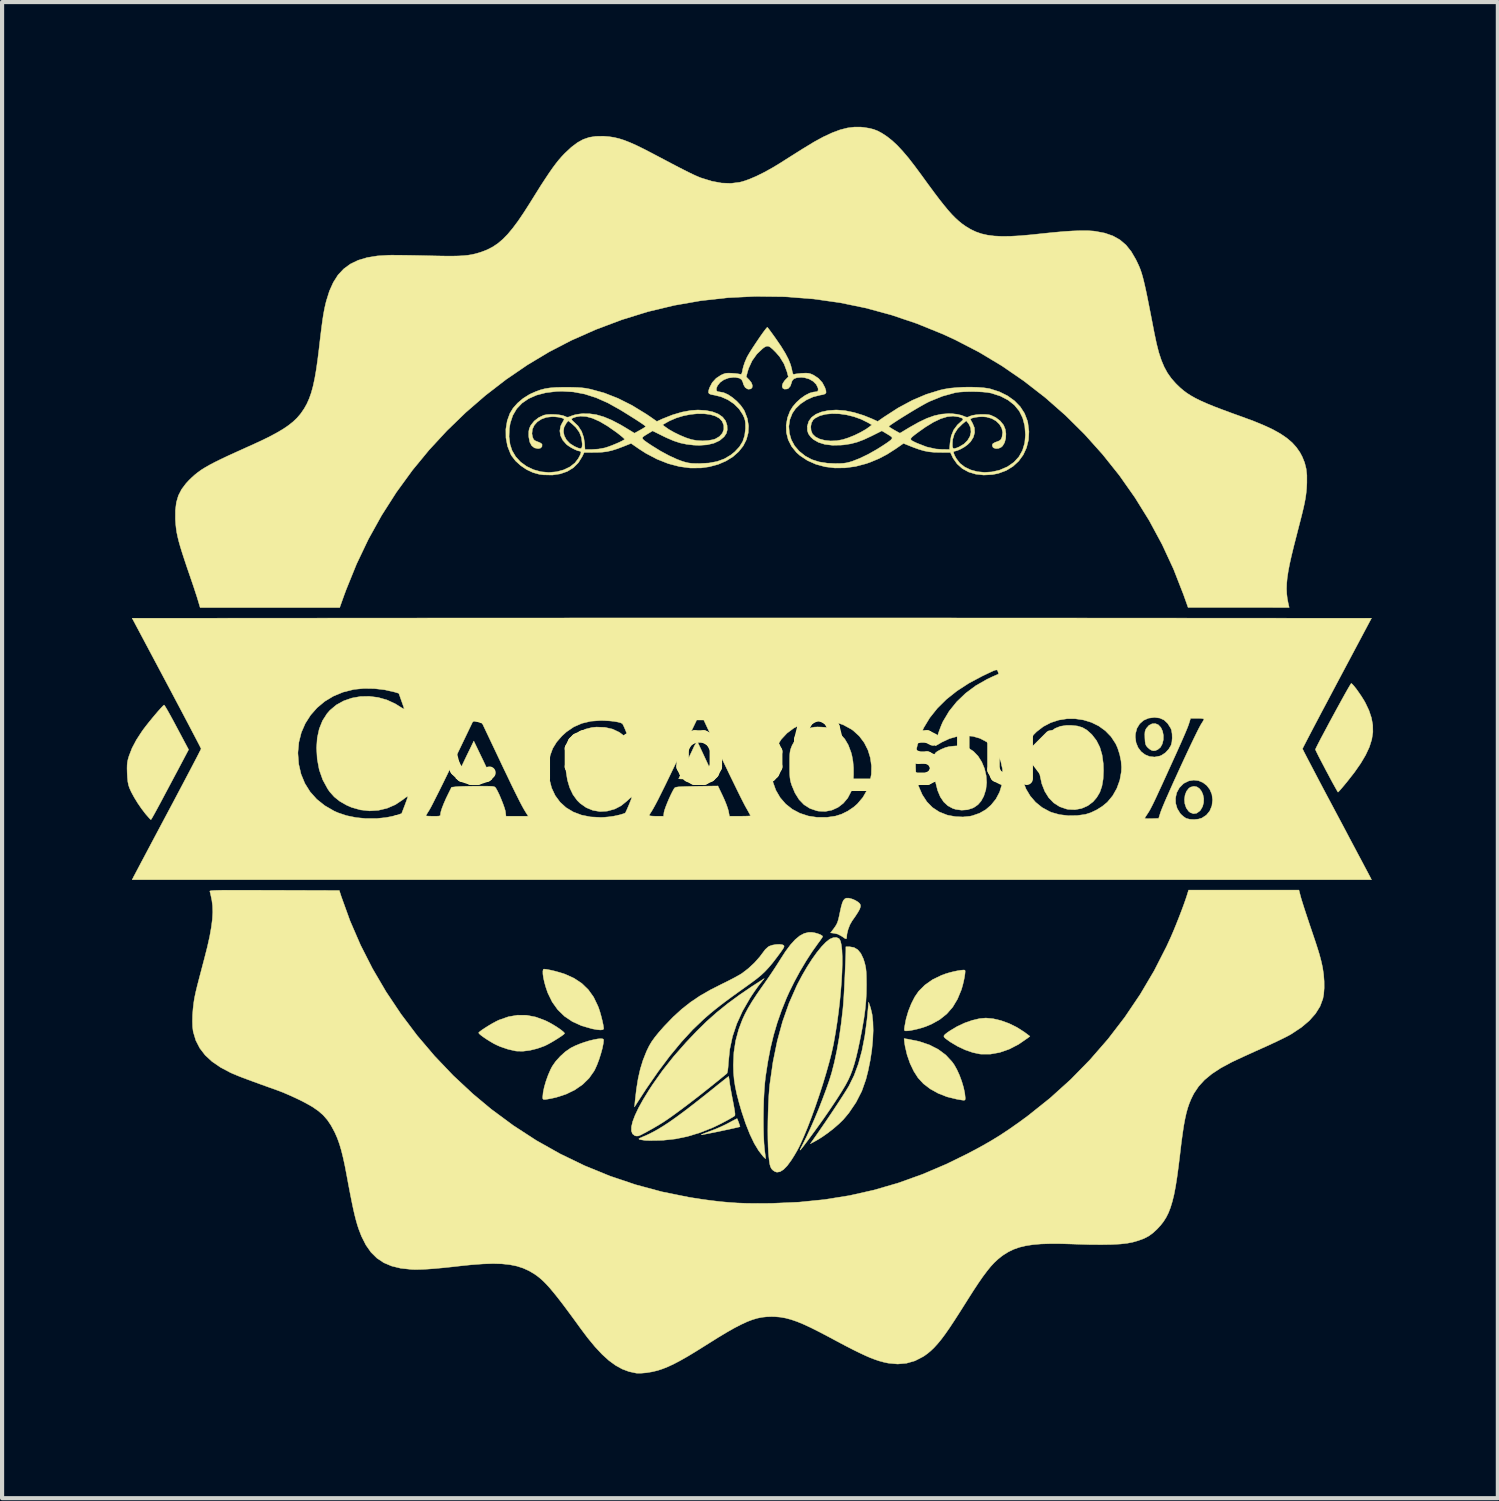
<source format=kicad_pcb>
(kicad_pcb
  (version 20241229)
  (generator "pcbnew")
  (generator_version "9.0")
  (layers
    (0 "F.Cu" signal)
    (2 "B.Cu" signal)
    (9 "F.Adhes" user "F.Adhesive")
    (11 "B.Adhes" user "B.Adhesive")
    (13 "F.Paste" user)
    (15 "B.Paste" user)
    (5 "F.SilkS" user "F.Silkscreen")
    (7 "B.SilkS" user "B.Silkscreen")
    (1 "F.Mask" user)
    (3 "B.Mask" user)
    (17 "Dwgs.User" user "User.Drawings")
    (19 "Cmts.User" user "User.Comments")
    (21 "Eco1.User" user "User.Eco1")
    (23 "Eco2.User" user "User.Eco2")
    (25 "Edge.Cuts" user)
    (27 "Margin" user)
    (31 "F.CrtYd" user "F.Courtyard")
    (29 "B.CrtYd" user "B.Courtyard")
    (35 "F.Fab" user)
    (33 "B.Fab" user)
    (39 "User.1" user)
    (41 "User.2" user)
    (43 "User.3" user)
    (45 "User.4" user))
  (footprint "Cacao60_silk"
    (layer "F.Cu")
    (at 14.996 14.985)
    (property "Reference" "Cacao60_silk" (at 0 0 0) (layer "F.SilkS") (effects (font (size 1.524 1.524) (thickness 0.3))))
    (attr through_hole)
    (fp_poly (pts (xy 10.733 0.885) (xy 10.795 0.927) (xy 10.845 0.993) (xy 10.879 1.074) (xy 10.897 1.166) (xy 10.894 1.262) (xy 10.87 1.356) (xy 10.822 1.441) (xy 10.802 1.464) (xy 10.729 1.517) (xy 10.651 1.53) (xy 10.574 1.503) (xy 10.532 1.469) (xy 10.476 1.389) (xy 10.443 1.291) (xy 10.434 1.186) (xy 10.448 1.082) (xy 10.483 0.99) (xy 10.539 0.919) (xy 10.581 0.891) (xy 10.661 0.871) (xy 10.733 0.885)) (stroke (width 0.01) (type solid)) (fill yes) (layer "F.SilkS"))
    (fp_poly (pts (xy -6.495 0.114) (xy -6.438 0.232) (xy -6.383 0.348) (xy -6.334 0.451) (xy -6.295 0.534) (xy -6.277 0.573) (xy -6.218 0.702) (xy -6.651 0.702) (xy -6.779 0.702) (xy -6.893 0.7) (xy -6.985 0.697) (xy -7.05 0.694) (xy -7.081 0.691) (xy -7.083 0.689) (xy -7.074 0.666) (xy -7.049 0.61) (xy -7.01 0.525) (xy -6.958 0.415) (xy -6.895 0.283) (xy -6.824 0.134) (xy -6.745 -0.028) (xy -6.739 -0.04) (xy -6.654 -0.217) (xy -6.495 0.114)) (stroke (width 0.01) (type solid)) (fill yes) (layer "F.SilkS"))
    (fp_poly (pts (xy 9.805 -0.608) (xy 9.867 -0.542) (xy 9.908 -0.453) (xy 9.927 -0.352) (xy 9.925 -0.247) (xy 9.901 -0.149) (xy 9.857 -0.067) (xy 9.791 -0.012) (xy 9.791 -0.012) (xy 9.729 0.014) (xy 9.679 0.016) (xy 9.633 0.001) (xy 9.591 -0.026) (xy 9.544 -0.068) (xy 9.541 -0.072) (xy 9.513 -0.107) (xy 9.497 -0.147) (xy 9.487 -0.206) (xy 9.482 -0.29) (xy 9.48 -0.379) (xy 9.484 -0.44) (xy 9.498 -0.486) (xy 9.517 -0.522) (xy 9.579 -0.593) (xy 9.654 -0.632) (xy 9.733 -0.637) (xy 9.805 -0.608)) (stroke (width 0.01) (type solid)) (fill yes) (layer "F.SilkS"))
    (fp_poly (pts (xy 5.832 6.459) (xy 6.02 6.503) (xy 6.214 6.573) (xy 6.401 6.665) (xy 6.573 6.774) (xy 6.586 6.783) (xy 6.718 6.882) (xy 6.668 6.921) (xy 6.445 7.075) (xy 6.218 7.192) (xy 5.991 7.271) (xy 5.766 7.311) (xy 5.545 7.311) (xy 5.51 7.307) (xy 5.344 7.272) (xy 5.164 7.21) (xy 4.981 7.124) (xy 4.806 7.02) (xy 4.73 6.966) (xy 4.678 6.926) (xy 4.651 6.895) (xy 4.651 6.867) (xy 4.679 6.834) (xy 4.737 6.789) (xy 4.798 6.748) (xy 4.968 6.646) (xy 5.15 6.561) (xy 5.333 6.497) (xy 5.509 6.456) (xy 5.658 6.443) (xy 5.832 6.459)) (stroke (width 0.01) (type solid)) (fill yes) (layer "F.SilkS"))
    (fp_poly (pts (xy -0.311 8.888) (xy -0.293 8.934) (xy -0.274 8.987) (xy -0.259 9.032) (xy -0.253 9.055) (xy -0.253 9.056) (xy -0.277 9.063) (xy -0.335 9.077) (xy -0.419 9.096) (xy -0.522 9.119) (xy -0.637 9.143) (xy -0.757 9.169) (xy -0.875 9.193) (xy -0.983 9.214) (xy -1.075 9.232) (xy -1.144 9.245) (xy -1.181 9.25) (xy -1.185 9.25) (xy -1.176 9.243) (xy -1.134 9.225) (xy -1.066 9.199) (xy -0.978 9.166) (xy -0.96 9.159) (xy -0.841 9.113) (xy -0.713 9.058) (xy -0.593 9.001) (xy -0.52 8.963) (xy -0.441 8.92) (xy -0.376 8.886) (xy -0.335 8.866) (xy -0.322 8.862) (xy -0.311 8.888)) (stroke (width 0.01) (type solid)) (fill yes) (layer "F.SilkS"))
    (fp_poly (pts (xy 3.782 6.95) (xy 4.056 7.006) (xy 4.3 7.088) (xy 4.513 7.197) (xy 4.695 7.332) (xy 4.845 7.494) (xy 4.896 7.565) (xy 4.961 7.68) (xy 5.023 7.816) (xy 5.078 7.964) (xy 5.122 8.112) (xy 5.151 8.248) (xy 5.163 8.361) (xy 5.163 8.365) (xy 5.162 8.394) (xy 5.156 8.412) (xy 5.136 8.42) (xy 5.095 8.417) (xy 5.027 8.406) (xy 4.953 8.393) (xy 4.725 8.337) (xy 4.513 8.254) (xy 4.322 8.148) (xy 4.158 8.023) (xy 4.029 7.883) (xy 3.926 7.722) (xy 3.836 7.534) (xy 3.765 7.33) (xy 3.717 7.125) (xy 3.706 7.056) (xy 3.692 6.937) (xy 3.782 6.95)) (stroke (width 0.01) (type solid)) (fill yes) (layer "F.SilkS"))
    (fp_poly (pts (xy -1.197 -0.029) (xy -1.103 0.172) (xy -1.024 0.342) (xy -0.96 0.48) (xy -0.913 0.584) (xy -0.882 0.654) (xy -0.868 0.688) (xy -0.867 0.691) (xy -0.887 0.694) (xy -0.942 0.697) (xy -1.026 0.699) (xy -1.133 0.701) (xy -1.258 0.702) (xy -1.302 0.702) (xy -1.43 0.701) (xy -1.543 0.699) (xy -1.633 0.696) (xy -1.697 0.693) (xy -1.726 0.688) (xy -1.728 0.687) (xy -1.715 0.662) (xy -1.688 0.608) (xy -1.651 0.532) (xy -1.607 0.44) (xy -1.558 0.339) (xy -1.509 0.236) (xy -1.462 0.137) (xy -1.42 0.05) (xy -1.388 -0.019) (xy -1.368 -0.062) (xy -1.363 -0.074) (xy -1.353 -0.095) (xy -1.329 -0.137) (xy -1.323 -0.147) (xy -1.283 -0.212) (xy -1.197 -0.029)) (stroke (width 0.01) (type solid)) (fill yes) (layer "F.SilkS"))
    (fp_poly (pts (xy 2.363 3.56) (xy 2.44 3.58) (xy 2.521 3.614) (xy 2.59 3.658) (xy 2.625 3.69) (xy 2.643 3.725) (xy 2.643 3.768) (xy 2.625 3.823) (xy 2.585 3.896) (xy 2.523 3.992) (xy 2.44 4.11) (xy 2.388 4.202) (xy 2.346 4.312) (xy 2.319 4.422) (xy 2.313 4.486) (xy 2.31 4.525) (xy 2.296 4.539) (xy 2.264 4.526) (xy 2.209 4.487) (xy 2.201 4.481) (xy 2.1 4.426) (xy 2.022 4.407) (xy 1.924 4.394) (xy 1.997 4.299) (xy 2.038 4.242) (xy 2.069 4.191) (xy 2.093 4.137) (xy 2.114 4.068) (xy 2.135 3.976) (xy 2.152 3.893) (xy 2.18 3.767) (xy 2.206 3.676) (xy 2.233 3.615) (xy 2.265 3.579) (xy 2.302 3.56) (xy 2.304 3.56) (xy 2.363 3.56)) (stroke (width 0.01) (type solid)) (fill yes) (layer "F.SilkS"))
    (fp_poly (pts (xy 2.888 6.205) (xy 2.923 6.354) (xy 2.943 6.535) (xy 2.949 6.742) (xy 2.939 6.97) (xy 2.916 7.211) (xy 2.878 7.459) (xy 2.827 7.71) (xy 2.774 7.919) (xy 2.675 8.2) (xy 2.537 8.47) (xy 2.364 8.725) (xy 2.232 8.883) (xy 2.127 8.986) (xy 1.998 9.098) (xy 1.855 9.209) (xy 1.712 9.309) (xy 1.582 9.388) (xy 1.439 9.465) (xy 1.597 9.24) (xy 1.704 9.085) (xy 1.815 8.923) (xy 1.927 8.757) (xy 2.035 8.595) (xy 2.136 8.441) (xy 2.226 8.302) (xy 2.301 8.183) (xy 2.358 8.09) (xy 2.371 8.067) (xy 2.49 7.825) (xy 2.593 7.546) (xy 2.679 7.229) (xy 2.748 6.876) (xy 2.8 6.487) (xy 2.815 6.34) (xy 2.84 6.061) (xy 2.888 6.205)) (stroke (width 0.01) (type solid)) (fill yes) (layer "F.SilkS"))
    (fp_poly (pts (xy -4.906 5.272) (xy -4.817 5.289) (xy -4.712 5.313) (xy -4.603 5.343) (xy -4.501 5.374) (xy -4.463 5.387) (xy -4.244 5.486) (xy -4.058 5.609) (xy -3.901 5.761) (xy -3.772 5.941) (xy -3.67 6.154) (xy -3.653 6.197) (xy -3.621 6.292) (xy -3.591 6.4) (xy -3.564 6.508) (xy -3.543 6.606) (xy -3.532 6.681) (xy -3.531 6.703) (xy -3.55 6.723) (xy -3.604 6.73) (xy -3.689 6.723) (xy -3.801 6.703) (xy -3.81 6.701) (xy -4.061 6.629) (xy -4.282 6.529) (xy -4.474 6.4) (xy -4.636 6.242) (xy -4.769 6.056) (xy -4.875 5.839) (xy -4.884 5.813) (xy -4.924 5.696) (xy -4.956 5.581) (xy -4.979 5.475) (xy -4.992 5.384) (xy -4.993 5.315) (xy -4.983 5.274) (xy -4.968 5.266) (xy -4.906 5.272)) (stroke (width 0.01) (type solid)) (fill yes) (layer "F.SilkS"))
    (fp_poly (pts (xy 7.859 -0.579) (xy 7.98 -0.543) (xy 8.086 -0.481) (xy 8.191 -0.388) (xy 8.21 -0.369) (xy 8.318 -0.229) (xy 8.399 -0.068) (xy 8.453 0.117) (xy 8.482 0.33) (xy 8.487 0.494) (xy 8.478 0.697) (xy 8.449 0.868) (xy 8.399 1.014) (xy 8.325 1.139) (xy 8.236 1.243) (xy 8.108 1.339) (xy 7.961 1.403) (xy 7.801 1.433) (xy 7.639 1.426) (xy 7.599 1.418) (xy 7.435 1.362) (xy 7.292 1.271) (xy 7.172 1.148) (xy 7.076 0.994) (xy 7.004 0.811) (xy 6.958 0.601) (xy 6.939 0.366) (xy 6.939 0.319) (xy 6.949 0.108) (xy 6.982 -0.071) (xy 7.038 -0.222) (xy 7.119 -0.349) (xy 7.21 -0.442) (xy 7.325 -0.522) (xy 7.451 -0.572) (xy 7.596 -0.594) (xy 7.713 -0.594) (xy 7.859 -0.579)) (stroke (width 0.01) (type solid)) (fill yes) (layer "F.SilkS"))
    (fp_poly (pts (xy -3.549 6.945) (xy -3.531 6.965) (xy -3.54 7.055) (xy -3.563 7.171) (xy -3.599 7.302) (xy -3.642 7.438) (xy -3.691 7.568) (xy -3.741 7.679) (xy -3.762 7.718) (xy -3.883 7.89) (xy -4.037 8.041) (xy -4.222 8.169) (xy -4.434 8.273) (xy -4.671 8.35) (xy -4.788 8.376) (xy -4.881 8.393) (xy -4.942 8.402) (xy -4.977 8.4) (xy -4.993 8.387) (xy -4.997 8.361) (xy -4.997 8.344) (xy -4.987 8.236) (xy -4.96 8.104) (xy -4.918 7.96) (xy -4.866 7.815) (xy -4.807 7.679) (xy -4.767 7.603) (xy -4.684 7.484) (xy -4.575 7.364) (xy -4.454 7.254) (xy -4.331 7.169) (xy -4.316 7.16) (xy -4.218 7.111) (xy -4.107 7.065) (xy -3.992 7.024) (xy -3.877 6.989) (xy -3.769 6.963) (xy -3.674 6.945) (xy -3.598 6.939) (xy -3.549 6.945)) (stroke (width 0.01) (type solid)) (fill yes) (layer "F.SilkS"))
    (fp_poly (pts (xy 5.154 5.292) (xy 5.156 5.293) (xy 5.161 5.322) (xy 5.156 5.381) (xy 5.144 5.462) (xy 5.125 5.555) (xy 5.102 5.651) (xy 5.076 5.741) (xy 5.07 5.762) (xy 4.976 5.988) (xy 4.861 6.18) (xy 4.719 6.343) (xy 4.549 6.479) (xy 4.347 6.591) (xy 4.21 6.648) (xy 4.116 6.679) (xy 4.008 6.708) (xy 3.901 6.732) (xy 3.807 6.748) (xy 3.751 6.752) (xy 3.716 6.751) (xy 3.7 6.738) (xy 3.698 6.705) (xy 3.705 6.651) (xy 3.74 6.465) (xy 3.795 6.277) (xy 3.866 6.098) (xy 3.948 5.937) (xy 4.037 5.807) (xy 4.041 5.801) (xy 4.194 5.648) (xy 4.379 5.518) (xy 4.593 5.415) (xy 4.688 5.38) (xy 4.781 5.352) (xy 4.88 5.327) (xy 4.975 5.307) (xy 5.059 5.294) (xy 5.122 5.288) (xy 5.154 5.292)) (stroke (width 0.01) (type solid)) (fill yes) (layer "F.SilkS"))
    (fp_poly (pts (xy 5.089 -0.101) (xy 5.14 -0.092) (xy 5.19 -0.073) (xy 5.233 -0.053) (xy 5.362 0.032) (xy 5.472 0.147) (xy 5.56 0.287) (xy 5.625 0.444) (xy 5.665 0.611) (xy 5.677 0.782) (xy 5.659 0.949) (xy 5.609 1.105) (xy 5.607 1.11) (xy 5.543 1.227) (xy 5.469 1.312) (xy 5.375 1.378) (xy 5.338 1.396) (xy 5.215 1.435) (xy 5.076 1.445) (xy 4.937 1.426) (xy 4.865 1.404) (xy 4.746 1.34) (xy 4.646 1.248) (xy 4.564 1.126) (xy 4.499 0.972) (xy 4.452 0.785) (xy 4.419 0.561) (xy 4.406 0.395) (xy 4.401 0.271) (xy 4.404 0.181) (xy 4.418 0.115) (xy 4.448 0.067) (xy 4.497 0.028) (xy 4.569 -0.01) (xy 4.602 -0.026) (xy 4.685 -0.06) (xy 4.764 -0.081) (xy 4.856 -0.093) (xy 4.93 -0.099) (xy 5.023 -0.103) (xy 5.089 -0.101)) (stroke (width 0.01) (type solid)) (fill yes) (layer "F.SilkS"))
    (fp_poly (pts (xy -5.383 6.376) (xy -5.163 6.419) (xy -4.939 6.502) (xy -4.891 6.525) (xy -4.803 6.571) (xy -4.713 6.624) (xy -4.629 6.678) (xy -4.556 6.729) (xy -4.502 6.773) (xy -4.473 6.804) (xy -4.471 6.815) (xy -4.498 6.841) (xy -4.553 6.881) (xy -4.628 6.93) (xy -4.713 6.983) (xy -4.801 7.035) (xy -4.882 7.079) (xy -4.949 7.112) (xy -4.956 7.115) (xy -5.13 7.177) (xy -5.305 7.22) (xy -5.472 7.241) (xy -5.619 7.238) (xy -5.648 7.235) (xy -5.83 7.194) (xy -6.018 7.13) (xy -6.097 7.095) (xy -6.174 7.057) (xy -6.257 7.008) (xy -6.341 6.956) (xy -6.418 6.904) (xy -6.482 6.857) (xy -6.524 6.82) (xy -6.538 6.797) (xy -6.537 6.796) (xy -6.508 6.767) (xy -6.451 6.725) (xy -6.374 6.674) (xy -6.286 6.619) (xy -6.195 6.566) (xy -6.109 6.52) (xy -6.046 6.49) (xy -5.822 6.412) (xy -5.602 6.374) (xy -5.383 6.376)) (stroke (width 0.01) (type solid)) (fill yes) (layer "F.SilkS"))
    (fp_poly (pts (xy -0.522 7.866) (xy -0.514 7.915) (xy -0.506 7.976) (xy -0.497 8.042) (xy -0.481 8.137) (xy -0.46 8.252) (xy -0.437 8.376) (xy -0.424 8.441) (xy -0.398 8.578) (xy -0.381 8.679) (xy -0.373 8.747) (xy -0.375 8.785) (xy -0.38 8.794) (xy -0.423 8.823) (xy -0.495 8.865) (xy -0.585 8.915) (xy -0.684 8.967) (xy -0.783 9.017) (xy -0.872 9.06) (xy -0.916 9.08) (xy -1.225 9.202) (xy -1.519 9.291) (xy -1.806 9.35) (xy -2.094 9.381) (xy -2.199 9.385) (xy -2.31 9.387) (xy -2.411 9.388) (xy -2.492 9.387) (xy -2.543 9.384) (xy -2.55 9.383) (xy -2.633 9.37) (xy -2.678 9.359) (xy -2.685 9.346) (xy -2.658 9.329) (xy -2.602 9.304) (xy -2.479 9.251) (xy -2.356 9.19) (xy -2.227 9.119) (xy -2.091 9.036) (xy -1.944 8.939) (xy -1.782 8.825) (xy -1.602 8.692) (xy -1.401 8.538) (xy -1.175 8.361) (xy -0.954 8.185) (xy -0.841 8.094) (xy -0.74 8.013) (xy -0.653 7.944) (xy -0.586 7.891) (xy -0.543 7.858) (xy -0.527 7.847) (xy -0.522 7.866)) (stroke (width 0.01) (type solid)) (fill yes) (layer "F.SilkS"))
    (fp_poly (pts (xy 1.704 -0.553) (xy 1.8 -0.547) (xy 1.872 -0.537) (xy 1.933 -0.518) (xy 2 -0.486) (xy 2.022 -0.475) (xy 2.156 -0.384) (xy 2.265 -0.267) (xy 2.351 -0.121) (xy 2.418 0.058) (xy 2.439 0.139) (xy 2.463 0.275) (xy 2.476 0.429) (xy 2.477 0.588) (xy 2.469 0.742) (xy 2.45 0.88) (xy 2.421 0.99) (xy 2.418 0.998) (xy 2.337 1.153) (xy 2.23 1.28) (xy 2.102 1.378) (xy 1.956 1.444) (xy 1.799 1.475) (xy 1.635 1.468) (xy 1.59 1.459) (xy 1.428 1.403) (xy 1.287 1.314) (xy 1.168 1.191) (xy 1.069 1.032) (xy 0.988 0.838) (xy 0.988 0.836) (xy 0.969 0.776) (xy 0.956 0.718) (xy 0.947 0.655) (xy 0.942 0.576) (xy 0.94 0.473) (xy 0.94 0.361) (xy 0.94 0.236) (xy 0.942 0.144) (xy 0.946 0.075) (xy 0.954 0.021) (xy 0.966 -0.026) (xy 0.985 -0.076) (xy 0.999 -0.111) (xy 1.081 -0.259) (xy 1.186 -0.382) (xy 1.311 -0.475) (xy 1.394 -0.515) (xy 1.465 -0.539) (xy 1.532 -0.552) (xy 1.609 -0.556) (xy 1.704 -0.553)) (stroke (width 0.01) (type solid)) (fill yes) (layer "F.SilkS"))
    (fp_poly (pts (xy 0.226 5.622) (xy 0.171 5.694) (xy 0.105 5.787) (xy 0.035 5.89) (xy -0.015 5.968) (xy -0.193 6.277) (xy -0.331 6.581) (xy -0.433 6.885) (xy -0.499 7.193) (xy -0.531 7.506) (xy -0.539 7.621) (xy -0.549 7.708) (xy -0.561 7.761) (xy -0.568 7.775) (xy -0.753 7.927) (xy -0.946 8.082) (xy -1.142 8.238) (xy -1.335 8.389) (xy -1.522 8.532) (xy -1.697 8.663) (xy -1.854 8.778) (xy -1.99 8.874) (xy -2.083 8.937) (xy -2.173 8.993) (xy -2.275 9.054) (xy -2.381 9.115) (xy -2.483 9.172) (xy -2.575 9.221) (xy -2.647 9.258) (xy -2.693 9.277) (xy -2.696 9.278) (xy -2.747 9.28) (xy -2.781 9.272) (xy -2.837 9.229) (xy -2.864 9.158) (xy -2.863 9.059) (xy -2.834 8.933) (xy -2.776 8.781) (xy -2.692 8.603) (xy -2.58 8.401) (xy -2.441 8.175) (xy -2.348 8.033) (xy -2.113 7.702) (xy -1.849 7.369) (xy -1.551 7.03) (xy -1.292 6.757) (xy -1.057 6.526) (xy -0.813 6.309) (xy -0.553 6.099) (xy -0.27 5.891) (xy 0.042 5.678) (xy 0.15 5.609) (xy 0.33 5.493) (xy 0.226 5.622)) (stroke (width 0.01) (type solid)) (fill yes) (layer "F.SilkS"))
    (fp_poly (pts (xy 14.472 -1.582) (xy 14.515 -1.533) (xy 14.57 -1.463) (xy 14.629 -1.38) (xy 14.689 -1.292) (xy 14.743 -1.206) (xy 14.783 -1.136) (xy 14.87 -0.953) (xy 14.929 -0.776) (xy 14.961 -0.603) (xy 14.964 -0.431) (xy 14.937 -0.255) (xy 14.88 -0.074) (xy 14.791 0.117) (xy 14.671 0.32) (xy 14.518 0.539) (xy 14.331 0.777) (xy 14.304 0.809) (xy 14.24 0.886) (xy 14.186 0.949) (xy 14.146 0.993) (xy 14.126 1.011) (xy 14.126 1.012) (xy 14.113 0.994) (xy 14.085 0.945) (xy 14.042 0.868) (xy 13.987 0.769) (xy 13.924 0.651) (xy 13.855 0.521) (xy 13.847 0.508) (xy 13.778 0.375) (xy 13.715 0.255) (xy 13.661 0.151) (xy 13.62 0.068) (xy 13.593 0.012) (xy 13.582 -0.013) (xy 13.582 -0.013) (xy 13.592 -0.039) (xy 13.62 -0.096) (xy 13.662 -0.179) (xy 13.716 -0.284) (xy 13.781 -0.405) (xy 13.853 -0.54) (xy 13.929 -0.683) (xy 14.009 -0.83) (xy 14.088 -0.976) (xy 14.166 -1.118) (xy 14.238 -1.249) (xy 14.303 -1.366) (xy 14.359 -1.465) (xy 14.403 -1.54) (xy 14.432 -1.588) (xy 14.444 -1.604) (xy 14.472 -1.582)) (stroke (width 0.01) (type solid)) (fill yes) (layer "F.SilkS"))
    (fp_poly (pts (xy -14.086 -1.067) (xy -14.055 -1.017) (xy -14.01 -0.94) (xy -13.954 -0.84) (xy -13.889 -0.721) (xy -13.818 -0.588) (xy -13.796 -0.547) (xy -13.511 -0.011) (xy -13.637 0.228) (xy -13.781 0.5) (xy -13.908 0.738) (xy -14.017 0.943) (xy -14.11 1.118) (xy -14.188 1.265) (xy -14.253 1.385) (xy -14.305 1.481) (xy -14.346 1.555) (xy -14.377 1.61) (xy -14.398 1.646) (xy -14.411 1.666) (xy -14.418 1.673) (xy -14.418 1.673) (xy -14.437 1.658) (xy -14.474 1.618) (xy -14.525 1.56) (xy -14.552 1.528) (xy -14.643 1.409) (xy -14.735 1.275) (xy -14.819 1.138) (xy -14.889 1.009) (xy -14.933 0.912) (xy -14.956 0.842) (xy -14.972 0.763) (xy -14.982 0.663) (xy -14.988 0.552) (xy -14.991 0.441) (xy -14.989 0.358) (xy -14.982 0.29) (xy -14.968 0.223) (xy -14.945 0.145) (xy -14.943 0.139) (xy -14.871 -0.047) (xy -14.766 -0.246) (xy -14.632 -0.451) (xy -14.597 -0.5) (xy -14.536 -0.58) (xy -14.465 -0.67) (xy -14.389 -0.763) (xy -14.313 -0.854) (xy -14.242 -0.937) (xy -14.18 -1.006) (xy -14.133 -1.056) (xy -14.104 -1.082) (xy -14.1 -1.084) (xy -14.086 -1.067)) (stroke (width 0.01) (type solid)) (fill yes) (layer "F.SilkS"))
    (fp_poly (pts (xy 0.762 4.679) (xy 0.791 4.692) (xy 0.804 4.705) (xy 0.807 4.722) (xy 0.798 4.749) (xy 0.773 4.79) (xy 0.73 4.852) (xy 0.666 4.939) (xy 0.637 4.978) (xy 0.533 5.114) (xy 0.439 5.226) (xy 0.348 5.323) (xy 0.252 5.414) (xy 0.14 5.505) (xy 0.006 5.605) (xy -0.072 5.661) (xy -0.278 5.808) (xy -0.455 5.936) (xy -0.607 6.048) (xy -0.741 6.15) (xy -0.86 6.244) (xy -0.971 6.335) (xy -1.077 6.427) (xy -1.125 6.469) (xy -1.392 6.724) (xy -1.663 7.019) (xy -1.94 7.354) (xy -2.222 7.73) (xy -2.509 8.145) (xy -2.744 8.508) (xy -2.789 8.58) (xy -2.777 8.446) (xy -2.744 8.157) (xy -2.703 7.902) (xy -2.651 7.671) (xy -2.586 7.459) (xy -2.506 7.257) (xy -2.488 7.217) (xy -2.437 7.113) (xy -2.378 7.013) (xy -2.305 6.911) (xy -2.214 6.798) (xy -2.099 6.667) (xy -2.066 6.631) (xy -1.86 6.417) (xy -1.655 6.23) (xy -1.443 6.063) (xy -1.216 5.91) (xy -0.964 5.765) (xy -0.707 5.635) (xy -0.583 5.574) (xy -0.462 5.512) (xy -0.354 5.455) (xy -0.266 5.406) (xy -0.207 5.37) (xy -0.206 5.369) (xy -0.051 5.25) (xy 0.096 5.113) (xy 0.223 4.97) (xy 0.278 4.896) (xy 0.356 4.793) (xy 0.427 4.73) (xy 0.45 4.716) (xy 0.525 4.69) (xy 0.611 4.675) (xy 0.695 4.671) (xy 0.762 4.679)) (stroke (width 0.01) (type solid)) (fill yes) (layer "F.SilkS"))
    (fp_poly (pts (xy 2.126 4.532) (xy 2.136 4.542) (xy 2.164 4.596) (xy 2.184 4.687) (xy 2.198 4.811) (xy 2.205 4.965) (xy 2.205 5.144) (xy 2.199 5.345) (xy 2.187 5.564) (xy 2.169 5.797) (xy 2.146 6.04) (xy 2.117 6.29) (xy 2.083 6.543) (xy 2.044 6.795) (xy 2 7.043) (xy 1.991 7.09) (xy 1.947 7.29) (xy 1.888 7.518) (xy 1.818 7.767) (xy 1.738 8.031) (xy 1.651 8.3) (xy 1.559 8.569) (xy 1.465 8.829) (xy 1.371 9.074) (xy 1.279 9.295) (xy 1.193 9.487) (xy 1.164 9.548) (xy 1.117 9.636) (xy 1.057 9.739) (xy 0.995 9.838) (xy 0.979 9.863) (xy 0.883 9.994) (xy 0.793 10.086) (xy 0.71 10.138) (xy 0.635 10.15) (xy 0.585 10.134) (xy 0.54 10.104) (xy 0.506 10.069) (xy 0.481 10.021) (xy 0.462 9.955) (xy 0.448 9.862) (xy 0.436 9.738) (xy 0.432 9.694) (xy 0.423 9.542) (xy 0.418 9.358) (xy 0.416 9.152) (xy 0.418 8.933) (xy 0.423 8.711) (xy 0.431 8.496) (xy 0.441 8.296) (xy 0.455 8.121) (xy 0.464 8.033) (xy 0.54 7.5) (xy 0.642 6.999) (xy 0.77 6.529) (xy 0.925 6.089) (xy 1.106 5.678) (xy 1.126 5.636) (xy 1.24 5.42) (xy 1.358 5.217) (xy 1.477 5.031) (xy 1.594 4.867) (xy 1.706 4.729) (xy 1.81 4.621) (xy 1.903 4.547) (xy 1.908 4.544) (xy 1.99 4.51) (xy 2.065 4.505) (xy 2.126 4.532)) (stroke (width 0.01) (type solid)) (fill yes) (layer "F.SilkS"))
    (fp_poly (pts (xy 2.488 4.747) (xy 2.577 4.8) (xy 2.652 4.89) (xy 2.713 5.018) (xy 2.744 5.117) (xy 2.761 5.186) (xy 2.773 5.253) (xy 2.781 5.329) (xy 2.785 5.423) (xy 2.787 5.542) (xy 2.788 5.643) (xy 2.785 5.854) (xy 2.774 6.053) (xy 2.754 6.252) (xy 2.725 6.463) (xy 2.684 6.699) (xy 2.676 6.744) (xy 2.627 6.992) (xy 2.582 7.205) (xy 2.539 7.387) (xy 2.496 7.544) (xy 2.452 7.682) (xy 2.405 7.806) (xy 2.354 7.921) (xy 2.339 7.95) (xy 2.286 8.05) (xy 2.21 8.178) (xy 2.116 8.328) (xy 2.006 8.496) (xy 1.885 8.676) (xy 1.755 8.864) (xy 1.619 9.055) (xy 1.502 9.215) (xy 1.399 9.356) (xy 1.317 9.465) (xy 1.258 9.543) (xy 1.217 9.594) (xy 1.195 9.618) (xy 1.19 9.616) (xy 1.199 9.592) (xy 1.222 9.545) (xy 1.256 9.479) (xy 1.256 9.479) (xy 1.345 9.301) (xy 1.441 9.094) (xy 1.54 8.868) (xy 1.639 8.631) (xy 1.732 8.392) (xy 1.818 8.162) (xy 1.892 7.95) (xy 1.95 7.764) (xy 1.952 7.757) (xy 2.017 7.503) (xy 2.078 7.215) (xy 2.133 6.904) (xy 2.18 6.577) (xy 2.219 6.242) (xy 2.23 6.123) (xy 2.236 6.038) (xy 2.244 5.92) (xy 2.252 5.777) (xy 2.26 5.618) (xy 2.268 5.452) (xy 2.275 5.286) (xy 2.282 5.129) (xy 2.287 4.989) (xy 2.291 4.876) (xy 2.292 4.806) (xy 2.292 4.729) (xy 2.382 4.729) (xy 2.488 4.747)) (stroke (width 0.01) (type solid)) (fill yes) (layer "F.SilkS"))
    (fp_poly (pts (xy 1.544 4.394) (xy 1.617 4.414) (xy 1.681 4.439) (xy 1.723 4.465) (xy 1.735 4.482) (xy 1.723 4.506) (xy 1.692 4.553) (xy 1.647 4.615) (xy 1.628 4.64) (xy 1.484 4.842) (xy 1.335 5.072) (xy 1.189 5.318) (xy 1.053 5.569) (xy 0.932 5.813) (xy 0.867 5.958) (xy 0.746 6.258) (xy 0.643 6.553) (xy 0.555 6.851) (xy 0.48 7.162) (xy 0.416 7.495) (xy 0.36 7.857) (xy 0.343 8.016) (xy 0.329 8.202) (xy 0.318 8.407) (xy 0.312 8.625) (xy 0.309 8.846) (xy 0.31 9.063) (xy 0.315 9.269) (xy 0.324 9.455) (xy 0.338 9.613) (xy 0.35 9.706) (xy 0.359 9.769) (xy 0.363 9.812) (xy 0.363 9.824) (xy 0.348 9.814) (xy 0.315 9.783) (xy 0.306 9.773) (xy 0.196 9.633) (xy 0.088 9.454) (xy -0.016 9.236) (xy -0.117 8.981) (xy -0.214 8.691) (xy -0.276 8.477) (xy -0.33 8.271) (xy -0.368 8.09) (xy -0.394 7.923) (xy -0.408 7.759) (xy -0.413 7.584) (xy -0.413 7.568) (xy -0.4 7.269) (xy -0.358 6.991) (xy -0.286 6.722) (xy -0.197 6.485) (xy -0.132 6.345) (xy -0.055 6.2) (xy 0.038 6.045) (xy 0.15 5.874) (xy 0.286 5.679) (xy 0.301 5.658) (xy 0.391 5.53) (xy 0.489 5.386) (xy 0.586 5.24) (xy 0.672 5.106) (xy 0.712 5.042) (xy 0.841 4.842) (xy 0.961 4.681) (xy 1.075 4.556) (xy 1.184 4.466) (xy 1.29 4.409) (xy 1.396 4.383) (xy 1.472 4.382) (xy 1.544 4.394)) (stroke (width 0.01) (type solid)) (fill yes) (layer "F.SilkS"))
    (fp_poly (pts (xy 2.658 -14.979) (xy 2.729 -14.971) (xy 2.859 -14.95) (xy 2.962 -14.924) (xy 3.054 -14.888) (xy 3.149 -14.838) (xy 3.172 -14.824) (xy 3.291 -14.745) (xy 3.409 -14.651) (xy 3.53 -14.538) (xy 3.657 -14.402) (xy 3.794 -14.241) (xy 3.943 -14.049) (xy 4.107 -13.828) (xy 4.271 -13.602) (xy 4.415 -13.407) (xy 4.541 -13.24) (xy 4.653 -13.099) (xy 4.752 -12.979) (xy 4.842 -12.878) (xy 4.926 -12.793) (xy 5.005 -12.721) (xy 5.083 -12.657) (xy 5.162 -12.601) (xy 5.175 -12.592) (xy 5.295 -12.52) (xy 5.419 -12.461) (xy 5.551 -12.415) (xy 5.696 -12.382) (xy 5.857 -12.361) (xy 6.04 -12.352) (xy 6.247 -12.354) (xy 6.483 -12.367) (xy 6.753 -12.391) (xy 6.95 -12.412) (xy 7.25 -12.443) (xy 7.513 -12.467) (xy 7.74 -12.482) (xy 7.935 -12.489) (xy 8.101 -12.489) (xy 8.24 -12.48) (xy 8.289 -12.474) (xy 8.517 -12.431) (xy 8.713 -12.363) (xy 8.881 -12.269) (xy 9.027 -12.145) (xy 9.153 -11.988) (xy 9.265 -11.796) (xy 9.272 -11.781) (xy 9.304 -11.715) (xy 9.333 -11.653) (xy 9.359 -11.592) (xy 9.383 -11.528) (xy 9.406 -11.458) (xy 9.429 -11.378) (xy 9.453 -11.285) (xy 9.479 -11.175) (xy 9.508 -11.044) (xy 9.54 -10.89) (xy 9.576 -10.708) (xy 9.618 -10.496) (xy 9.666 -10.249) (xy 9.709 -10.026) (xy 9.762 -9.774) (xy 9.817 -9.558) (xy 9.878 -9.373) (xy 9.946 -9.212) (xy 10.024 -9.069) (xy 10.114 -8.941) (xy 10.22 -8.82) (xy 10.253 -8.787) (xy 10.331 -8.712) (xy 10.411 -8.644) (xy 10.497 -8.58) (xy 10.593 -8.519) (xy 10.702 -8.458) (xy 10.828 -8.396) (xy 10.974 -8.331) (xy 11.145 -8.261) (xy 11.345 -8.185) (xy 11.577 -8.099) (xy 11.822 -8.011) (xy 12.106 -7.906) (xy 12.352 -7.804) (xy 12.564 -7.705) (xy 12.744 -7.604) (xy 12.895 -7.501) (xy 13.021 -7.394) (xy 13.125 -7.279) (xy 13.21 -7.157) (xy 13.266 -7.052) (xy 13.323 -6.911) (xy 13.359 -6.767) (xy 13.377 -6.609) (xy 13.377 -6.426) (xy 13.375 -6.383) (xy 13.37 -6.293) (xy 13.363 -6.21) (xy 13.353 -6.128) (xy 13.34 -6.041) (xy 13.322 -5.945) (xy 13.298 -5.834) (xy 13.267 -5.704) (xy 13.228 -5.548) (xy 13.18 -5.362) (xy 13.135 -5.186) (xy 13.066 -4.917) (xy 13.009 -4.682) (xy 12.963 -4.478) (xy 12.929 -4.3) (xy 12.905 -4.143) (xy 12.892 -4.004) (xy 12.888 -3.877) (xy 12.893 -3.759) (xy 12.906 -3.645) (xy 12.928 -3.531) (xy 12.941 -3.474) (xy 12.952 -3.428) (xy 10.521 -3.429) (xy 10.409 -3.743) (xy 10.171 -4.352) (xy 9.896 -4.945) (xy 9.587 -5.518) (xy 9.244 -6.071) (xy 8.87 -6.603) (xy 8.465 -7.11) (xy 8.032 -7.593) (xy 7.572 -8.049) (xy 7.086 -8.476) (xy 6.575 -8.873) (xy 6.043 -9.239) (xy 5.489 -9.571) (xy 4.915 -9.868) (xy 4.609 -10.008) (xy 3.998 -10.256) (xy 3.387 -10.462) (xy 2.773 -10.629) (xy 2.152 -10.757) (xy 1.522 -10.846) (xy 0.88 -10.897) (xy 0.785 -10.901) (xy 0.116 -10.909) (xy -0.543 -10.877) (xy -1.192 -10.805) (xy -1.834 -10.693) (xy -2.468 -10.541) (xy -3.095 -10.347) (xy -3.717 -10.113) (xy -4.311 -9.85) (xy -4.843 -9.574) (xy -5.365 -9.261) (xy -5.876 -8.912) (xy -6.371 -8.53) (xy -6.847 -8.118) (xy -7.301 -7.679) (xy -7.729 -7.216) (xy -8.129 -6.73) (xy -8.129 -6.73) (xy -8.518 -6.195) (xy -8.871 -5.642) (xy -9.189 -5.069) (xy -9.473 -4.473) (xy -9.724 -3.854) (xy -9.769 -3.733) (xy -9.878 -3.428) (xy -13.234 -3.428) (xy -13.288 -3.609) (xy -13.313 -3.691) (xy -13.349 -3.8) (xy -13.39 -3.926) (xy -13.435 -4.058) (xy -13.463 -4.14) (xy -13.544 -4.375) (xy -13.611 -4.576) (xy -13.667 -4.748) (xy -13.712 -4.894) (xy -13.748 -5.021) (xy -13.775 -5.132) (xy -13.796 -5.232) (xy -13.81 -5.326) (xy -13.82 -5.419) (xy -13.827 -5.515) (xy -13.829 -5.555) (xy -13.828 -5.769) (xy -13.805 -5.955) (xy -13.757 -6.119) (xy -13.68 -6.269) (xy -13.573 -6.411) (xy -13.505 -6.485) (xy -13.434 -6.554) (xy -13.364 -6.617) (xy -13.289 -6.677) (xy -13.207 -6.736) (xy -13.113 -6.795) (xy -13.004 -6.857) (xy -12.876 -6.924) (xy -12.726 -6.998) (xy -12.548 -7.082) (xy -12.341 -7.176) (xy -12.1 -7.285) (xy -12.069 -7.299) (xy -11.814 -7.415) (xy -11.594 -7.521) (xy -11.407 -7.62) (xy -11.248 -7.713) (xy -11.115 -7.803) (xy -11.002 -7.892) (xy -10.906 -7.983) (xy -10.825 -8.077) (xy -10.807 -8.101) (xy -10.733 -8.209) (xy -10.668 -8.324) (xy -10.612 -8.45) (xy -10.562 -8.591) (xy -10.518 -8.752) (xy -10.478 -8.938) (xy -10.441 -9.152) (xy -10.406 -9.4) (xy -10.377 -9.633) (xy -10.351 -9.859) (xy -10.328 -10.049) (xy -10.308 -10.207) (xy -10.29 -10.34) (xy -10.273 -10.452) (xy -10.256 -10.548) (xy -10.239 -10.634) (xy -10.221 -10.714) (xy -10.202 -10.792) (xy -10.126 -11.036) (xy -10.032 -11.245) (xy -9.919 -11.423) (xy -9.782 -11.569) (xy -9.622 -11.687) (xy -9.435 -11.777) (xy -9.218 -11.842) (xy -8.971 -11.882) (xy -8.694 -11.899) (xy -8.621 -11.9) (xy -8.513 -11.899) (xy -8.378 -11.898) (xy -8.221 -11.896) (xy -8.049 -11.893) (xy -7.87 -11.889) (xy -7.744 -11.886) (xy -7.513 -11.881) (xy -7.318 -11.878) (xy -7.154 -11.878) (xy -7.016 -11.881) (xy -6.899 -11.888) (xy -6.797 -11.898) (xy -6.706 -11.913) (xy -6.62 -11.932) (xy -6.535 -11.956) (xy -6.469 -11.977) (xy -6.332 -12.03) (xy -6.204 -12.096) (xy -6.081 -12.177) (xy -5.961 -12.278) (xy -5.84 -12.401) (xy -5.716 -12.55) (xy -5.584 -12.727) (xy -5.443 -12.936) (xy -5.304 -13.154) (xy -5.163 -13.38) (xy -5.041 -13.575) (xy -4.933 -13.74) (xy -4.839 -13.881) (xy -4.756 -14) (xy -4.68 -14.102) (xy -4.61 -14.19) (xy -4.543 -14.267) (xy -4.476 -14.338) (xy -4.462 -14.352) (xy -4.308 -14.496) (xy -4.164 -14.605) (xy -4.023 -14.683) (xy -3.877 -14.733) (xy -3.721 -14.757) (xy -3.546 -14.76) (xy -3.521 -14.759) (xy -3.4 -14.749) (xy -3.282 -14.731) (xy -3.163 -14.703) (xy -3.037 -14.663) (xy -2.898 -14.608) (xy -2.741 -14.538) (xy -2.561 -14.45) (xy -2.353 -14.342) (xy -2.313 -14.321) (xy -2.089 -14.203) (xy -1.898 -14.102) (xy -1.737 -14.018) (xy -1.602 -13.949) (xy -1.489 -13.892) (xy -1.396 -13.847) (xy -1.318 -13.811) (xy -1.253 -13.783) (xy -1.197 -13.76) (xy -1.187 -13.757) (xy -0.932 -13.678) (xy -0.695 -13.634) (xy -0.473 -13.626) (xy -0.263 -13.652) (xy -0.196 -13.669) (xy -0.041 -13.721) (xy 0.138 -13.797) (xy 0.336 -13.895) (xy 0.544 -14.011) (xy 0.715 -14.115) (xy 0.842 -14.196) (xy 0.985 -14.286) (xy 1.129 -14.377) (xy 1.256 -14.457) (xy 1.276 -14.469) (xy 1.529 -14.623) (xy 1.757 -14.747) (xy 1.964 -14.843) (xy 2.154 -14.914) (xy 2.331 -14.959) (xy 2.498 -14.98) (xy 2.658 -14.979)) (stroke (width 0.01) (type solid)) (fill yes) (layer "F.SilkS"))
    (fp_poly (pts (xy 13.225 3.516) (xy 13.242 3.577) (xy 13.271 3.67) (xy 13.308 3.787) (xy 13.352 3.922) (xy 13.4 4.067) (xy 13.438 4.182) (xy 13.507 4.385) (xy 13.564 4.554) (xy 13.61 4.694) (xy 13.647 4.811) (xy 13.677 4.909) (xy 13.7 4.994) (xy 13.72 5.071) (xy 13.737 5.145) (xy 13.753 5.221) (xy 13.755 5.23) (xy 13.779 5.39) (xy 13.792 5.559) (xy 13.793 5.722) (xy 13.782 5.87) (xy 13.762 5.979) (xy 13.694 6.162) (xy 13.584 6.338) (xy 13.434 6.507) (xy 13.245 6.667) (xy 13.015 6.82) (xy 12.971 6.846) (xy 12.902 6.883) (xy 12.803 6.933) (xy 12.681 6.992) (xy 12.543 7.057) (xy 12.398 7.124) (xy 12.286 7.174) (xy 12.137 7.241) (xy 11.986 7.31) (xy 11.842 7.375) (xy 11.714 7.435) (xy 11.609 7.484) (xy 11.554 7.511) (xy 11.304 7.646) (xy 11.093 7.785) (xy 10.917 7.93) (xy 10.775 8.085) (xy 10.663 8.252) (xy 10.642 8.292) (xy 10.593 8.392) (xy 10.55 8.495) (xy 10.512 8.606) (xy 10.478 8.728) (xy 10.447 8.868) (xy 10.417 9.029) (xy 10.389 9.216) (xy 10.359 9.435) (xy 10.329 9.69) (xy 10.326 9.716) (xy 10.29 10.011) (xy 10.255 10.269) (xy 10.22 10.493) (xy 10.183 10.687) (xy 10.142 10.854) (xy 10.098 10.999) (xy 10.049 11.126) (xy 9.993 11.237) (xy 9.93 11.337) (xy 9.858 11.429) (xy 9.776 11.518) (xy 9.776 11.518) (xy 9.675 11.611) (xy 9.573 11.685) (xy 9.46 11.744) (xy 9.324 11.794) (xy 9.189 11.833) (xy 9.059 11.858) (xy 8.89 11.877) (xy 8.682 11.888) (xy 8.434 11.892) (xy 8.146 11.89) (xy 7.818 11.88) (xy 7.765 11.878) (xy 7.47 11.869) (xy 7.212 11.868) (xy 6.986 11.875) (xy 6.789 11.892) (xy 6.615 11.919) (xy 6.462 11.956) (xy 6.324 12.005) (xy 6.199 12.066) (xy 6.08 12.14) (xy 6.032 12.175) (xy 5.947 12.244) (xy 5.862 12.323) (xy 5.776 12.416) (xy 5.686 12.527) (xy 5.587 12.659) (xy 5.479 12.815) (xy 5.357 13) (xy 5.219 13.217) (xy 5.187 13.268) (xy 5.036 13.507) (xy 4.903 13.714) (xy 4.786 13.891) (xy 4.681 14.042) (xy 4.586 14.169) (xy 4.498 14.276) (xy 4.416 14.366) (xy 4.336 14.443) (xy 4.257 14.509) (xy 4.175 14.568) (xy 4.144 14.587) (xy 3.954 14.685) (xy 3.751 14.743) (xy 3.537 14.762) (xy 3.314 14.741) (xy 3.283 14.735) (xy 3.188 14.714) (xy 3.093 14.688) (xy 2.993 14.654) (xy 2.884 14.613) (xy 2.763 14.56) (xy 2.626 14.496) (xy 2.467 14.418) (xy 2.284 14.324) (xy 2.073 14.212) (xy 1.89 14.114) (xy 1.656 13.991) (xy 1.453 13.889) (xy 1.274 13.806) (xy 1.116 13.741) (xy 0.973 13.692) (xy 0.841 13.657) (xy 0.716 13.635) (xy 0.591 13.624) (xy 0.506 13.622) (xy 0.39 13.626) (xy 0.277 13.638) (xy 0.163 13.661) (xy 0.043 13.697) (xy -0.086 13.746) (xy -0.227 13.812) (xy -0.386 13.894) (xy -0.564 13.995) (xy -0.768 14.117) (xy -0.999 14.262) (xy -1.074 14.309) (xy -1.306 14.454) (xy -1.509 14.577) (xy -1.687 14.678) (xy -1.845 14.761) (xy -1.986 14.827) (xy -2.114 14.878) (xy -2.232 14.917) (xy -2.366 14.949) (xy -2.504 14.972) (xy -2.633 14.983) (xy -2.739 14.982) (xy -2.757 14.979) (xy -2.922 14.944) (xy -3.084 14.883) (xy -3.244 14.795) (xy -3.405 14.678) (xy -3.569 14.529) (xy -3.739 14.347) (xy -3.918 14.13) (xy -4.077 13.918) (xy -4.247 13.684) (xy -4.396 13.482) (xy -4.526 13.308) (xy -4.641 13.16) (xy -4.742 13.035) (xy -4.831 12.929) (xy -4.912 12.84) (xy -4.986 12.766) (xy -5.056 12.703) (xy -5.125 12.648) (xy -5.194 12.599) (xy -5.327 12.52) (xy -5.469 12.456) (xy -5.621 12.407) (xy -5.79 12.373) (xy -5.979 12.353) (xy -6.191 12.347) (xy -6.432 12.355) (xy -6.705 12.375) (xy -6.939 12.399) (xy -7.196 12.428) (xy -7.418 12.451) (xy -7.606 12.468) (xy -7.767 12.48) (xy -7.903 12.487) (xy -8.02 12.49) (xy -8.121 12.489) (xy -8.167 12.486) (xy -8.414 12.459) (xy -8.63 12.406) (xy -8.819 12.326) (xy -8.983 12.216) (xy -9.125 12.076) (xy -9.248 11.901) (xy -9.354 11.691) (xy -9.425 11.506) (xy -9.455 11.413) (xy -9.485 11.308) (xy -9.516 11.187) (xy -9.549 11.045) (xy -9.584 10.878) (xy -9.623 10.682) (xy -9.667 10.453) (xy -9.704 10.253) (xy -9.75 10.01) (xy -9.795 9.802) (xy -9.839 9.625) (xy -9.885 9.47) (xy -9.934 9.334) (xy -9.988 9.21) (xy -10.003 9.179) (xy -10.086 9.025) (xy -10.174 8.894) (xy -10.274 8.779) (xy -10.392 8.676) (xy -10.534 8.578) (xy -10.706 8.481) (xy -10.831 8.417) (xy -10.955 8.358) (xy -11.085 8.299) (xy -11.208 8.246) (xy -11.313 8.204) (xy -11.347 8.191) (xy -11.579 8.108) (xy -11.776 8.037) (xy -11.941 7.977) (xy -12.079 7.926) (xy -12.194 7.883) (xy -12.288 7.847) (xy -12.366 7.815) (xy -12.433 7.787) (xy -12.49 7.762) (xy -12.506 7.755) (xy -12.747 7.627) (xy -12.949 7.488) (xy -13.114 7.335) (xy -13.243 7.166) (xy -13.338 6.981) (xy -13.399 6.777) (xy -13.403 6.756) (xy -13.415 6.654) (xy -13.419 6.522) (xy -13.416 6.373) (xy -13.404 6.216) (xy -13.386 6.065) (xy -13.371 5.969) (xy -13.36 5.915) (xy -13.349 5.863) (xy -13.337 5.807) (xy -13.321 5.742) (xy -13.302 5.663) (xy -13.277 5.567) (xy -13.246 5.447) (xy -13.207 5.3) (xy -13.16 5.12) (xy -13.132 5.014) (xy -13.06 4.731) (xy -13.004 4.481) (xy -12.965 4.261) (xy -12.94 4.068) (xy -12.93 3.896) (xy -12.935 3.744) (xy -12.953 3.606) (xy -12.954 3.603) (xy -12.971 3.521) (xy -12.986 3.452) (xy -12.998 3.407) (xy -13 3.402) (xy -13.001 3.395) (xy -12.997 3.389) (xy -12.984 3.384) (xy -12.961 3.38) (xy -12.924 3.377) (xy -12.871 3.374) (xy -12.799 3.372) (xy -12.706 3.37) (xy -12.588 3.37) (xy -12.443 3.369) (xy -12.268 3.369) (xy -12.061 3.369) (xy -11.819 3.37) (xy -11.539 3.371) (xy -11.451 3.371) (xy -9.888 3.376) (xy -9.841 3.521) (xy -9.628 4.11) (xy -9.377 4.689) (xy -9.088 5.257) (xy -8.764 5.81) (xy -8.406 6.346) (xy -8.017 6.862) (xy -7.597 7.356) (xy -7.15 7.825) (xy -6.676 8.267) (xy -6.236 8.634) (xy -5.703 9.028) (xy -5.15 9.387) (xy -4.579 9.708) (xy -3.99 9.993) (xy -3.384 10.241) (xy -2.764 10.45) (xy -2.129 10.621) (xy -1.482 10.752) (xy -1.187 10.799) (xy -0.947 10.831) (xy -0.728 10.857) (xy -0.521 10.876) (xy -0.317 10.89) (xy -0.107 10.898) (xy 0.121 10.901) (xy 0.374 10.9) (xy 0.526 10.898) (xy 1.162 10.87) (xy 1.778 10.808) (xy 2.378 10.712) (xy 2.968 10.579) (xy 3.549 10.41) (xy 4.127 10.203) (xy 4.705 9.957) (xy 5.214 9.708) (xy 5.495 9.559) (xy 5.752 9.414) (xy 5.996 9.265) (xy 6.237 9.105) (xy 6.488 8.928) (xy 6.68 8.786) (xy 7.202 8.369) (xy 7.696 7.923) (xy 8.161 7.448) (xy 8.596 6.948) (xy 8.999 6.423) (xy 9.369 5.875) (xy 9.705 5.306) (xy 10.005 4.718) (xy 10.109 4.491) (xy 10.169 4.351) (xy 10.234 4.193) (xy 10.3 4.026) (xy 10.364 3.86) (xy 10.421 3.706) (xy 10.468 3.572) (xy 10.493 3.495) (xy 10.533 3.366) (xy 13.186 3.366) (xy 13.225 3.516)) (stroke (width 0.01) (type solid)) (fill yes) (layer "F.SilkS"))
    (fp_poly (pts (xy 1.089 -3.177) (xy 1.914 -3.177) (xy 2.729 -3.177) (xy 3.531 -3.177) (xy 4.314 -3.177) (xy 5.075 -3.176) (xy 5.81 -3.176) (xy 6.514 -3.176) (xy 7.182 -3.175) (xy 7.487 -3.175) (xy 14.93 -3.17) (xy 14.101 -1.611) (xy 13.976 -1.375) (xy 13.857 -1.15) (xy 13.744 -0.938) (xy 13.641 -0.742) (xy 13.547 -0.564) (xy 13.465 -0.407) (xy 13.395 -0.273) (xy 13.34 -0.166) (xy 13.3 -0.089) (xy 13.277 -0.043) (xy 13.272 -0.031) (xy 13.282 -0.01) (xy 13.309 0.045) (xy 13.353 0.13) (xy 13.412 0.244) (xy 13.485 0.383) (xy 13.57 0.545) (xy 13.665 0.727) (xy 13.77 0.926) (xy 13.883 1.139) (xy 14.003 1.364) (xy 14.057 1.466) (xy 14.18 1.697) (xy 14.298 1.919) (xy 14.409 2.13) (xy 14.513 2.325) (xy 14.607 2.503) (xy 14.691 2.66) (xy 14.761 2.793) (xy 14.818 2.9) (xy 14.859 2.977) (xy 14.882 3.022) (xy 14.887 3.03) (xy 14.931 3.118) (xy -14.869 3.118) (xy -14.825 3.03) (xy -14.808 2.999) (xy -14.774 2.934) (xy -14.723 2.838) (xy -14.658 2.714) (xy -14.579 2.566) (xy -14.489 2.396) (xy -14.389 2.207) (xy -14.28 2.002) (xy -14.164 1.784) (xy -14.043 1.556) (xy -13.995 1.466) (xy -13.873 1.237) (xy -13.758 1.019) (xy -13.649 0.813) (xy -13.549 0.623) (xy -13.459 0.452) (xy -13.381 0.303) (xy -13.315 0.177) (xy -13.265 0.079) (xy -13.263 0.076) (xy -10.883 0.076) (xy -10.864 0.336) (xy -10.808 0.578) (xy -10.716 0.801) (xy -10.59 1.003) (xy -10.43 1.182) (xy -10.237 1.336) (xy -10.014 1.465) (xy -9.92 1.507) (xy -9.714 1.576) (xy -9.484 1.623) (xy -9.242 1.647) (xy -8.997 1.647) (xy -8.944 1.641) (xy 9.479 1.641) (xy 9.498 1.646) (xy 9.548 1.649) (xy 9.621 1.648) (xy 9.646 1.648) (xy 9.813 1.642) (xy 9.859 1.497) (xy 9.881 1.437) (xy 9.918 1.346) (xy 9.968 1.227) (xy 10.003 1.149) (xy 10.219 1.149) (xy 10.222 1.279) (xy 10.259 1.405) (xy 10.329 1.52) (xy 10.352 1.546) (xy 10.407 1.596) (xy 10.465 1.636) (xy 10.48 1.643) (xy 10.564 1.665) (xy 10.668 1.67) (xy 10.772 1.659) (xy 10.853 1.634) (xy 10.961 1.563) (xy 11.042 1.464) (xy 11.093 1.341) (xy 11.11 1.198) (xy 11.11 1.198) (xy 11.093 1.064) (xy 11.044 0.948) (xy 10.971 0.852) (xy 10.878 0.781) (xy 10.772 0.736) (xy 10.657 0.722) (xy 10.54 0.741) (xy 10.426 0.796) (xy 10.403 0.813) (xy 10.31 0.908) (xy 10.248 1.023) (xy 10.219 1.149) (xy 10.003 1.149) (xy 10.03 1.087) (xy 10.1 0.929) (xy 10.176 0.759) (xy 10.258 0.58) (xy 10.341 0.398) (xy 10.425 0.217) (xy 10.507 0.041) (xy 10.585 -0.124) (xy 10.657 -0.274) (xy 10.721 -0.405) (xy 10.774 -0.511) (xy 10.815 -0.588) (xy 10.839 -0.63) (xy 10.875 -0.686) (xy 10.898 -0.729) (xy 10.903 -0.744) (xy 10.884 -0.754) (xy 10.834 -0.761) (xy 10.762 -0.764) (xy 10.742 -0.764) (xy 10.581 -0.764) (xy 10.544 -0.645) (xy 10.53 -0.603) (xy 10.511 -0.552) (xy 10.485 -0.488) (xy 10.452 -0.409) (xy 10.41 -0.312) (xy 10.358 -0.193) (xy 10.294 -0.05) (xy 10.217 0.121) (xy 10.125 0.323) (xy 10.018 0.558) (xy 9.995 0.609) (xy 9.904 0.809) (xy 9.827 0.975) (xy 9.764 1.112) (xy 9.712 1.222) (xy 9.669 1.311) (xy 9.633 1.381) (xy 9.603 1.438) (xy 9.576 1.484) (xy 9.55 1.524) (xy 9.538 1.542) (xy 9.504 1.594) (xy 9.482 1.631) (xy 9.479 1.641) (xy -8.944 1.641) (xy -8.771 1.623) (xy -8.674 1.605) (xy -8.578 1.584) (xy -8.564 1.58) (xy -7.806 1.58) (xy -7.787 1.585) (xy -7.736 1.588) (xy -7.663 1.59) (xy -7.63 1.59) (xy -7.545 1.59) (xy -7.493 1.587) (xy -7.467 1.579) (xy -7.456 1.563) (xy -7.455 1.538) (xy -7.455 1.537) (xy -7.445 1.481) (xy -7.418 1.395) (xy -7.376 1.288) (xy -7.322 1.164) (xy -7.267 1.051) (xy -7.189 0.894) (xy -7.079 0.881) (xy -7.024 0.877) (xy -6.936 0.873) (xy -6.824 0.87) (xy -6.697 0.868) (xy -6.563 0.867) (xy -6.562 0.867) (xy -6.423 0.868) (xy -6.319 0.868) (xy -6.245 0.87) (xy -6.195 0.874) (xy -6.163 0.881) (xy -6.144 0.891) (xy -6.131 0.905) (xy -6.123 0.915) (xy -6.086 0.981) (xy -6.042 1.071) (xy -5.998 1.175) (xy -5.956 1.28) (xy -5.921 1.377) (xy -5.898 1.454) (xy -5.892 1.486) (xy -5.88 1.59) (xy -5.344 1.59) (xy -5.381 1.533) (xy -5.415 1.479) (xy -5.453 1.415) (xy -5.495 1.339) (xy -5.544 1.246) (xy -5.6 1.134) (xy -5.667 1) (xy -5.745 0.841) (xy -5.835 0.652) (xy -5.92 0.475) (xy -4.855 0.475) (xy -4.836 0.703) (xy -4.783 0.91) (xy -4.697 1.093) (xy -4.58 1.252) (xy -4.435 1.384) (xy -4.262 1.488) (xy -4.064 1.563) (xy -3.843 1.607) (xy -3.599 1.619) (xy -3.521 1.616) (xy -3.412 1.606) (xy -3.295 1.59) (xy -3.216 1.574) (xy -2.437 1.574) (xy -2.418 1.581) (xy -2.367 1.587) (xy -2.294 1.59) (xy -2.264 1.59) (xy -2.091 1.59) (xy -2.081 1.498) (xy -2.068 1.447) (xy -2.041 1.369) (xy -2.004 1.275) (xy -1.962 1.175) (xy -1.917 1.077) (xy -1.875 0.993) (xy -1.841 0.932) (xy -1.824 0.909) (xy -1.808 0.899) (xy -1.779 0.891) (xy -1.731 0.884) (xy -1.659 0.88) (xy -1.56 0.876) (xy -1.428 0.873) (xy -1.29 0.87) (xy -0.784 0.863) (xy -0.669 1.103) (xy -0.622 1.207) (xy -0.58 1.311) (xy -0.548 1.402) (xy -0.53 1.466) (xy -0.507 1.59) (xy -0.253 1.59) (xy -0.157 1.589) (xy -0.077 1.587) (xy -0.022 1.584) (xy -0.000102 1.58) (xy 0 1.58) (xy -0.01 1.558) (xy -0.036 1.51) (xy -0.074 1.441) (xy -0.11 1.378) (xy -0.14 1.323) (xy -0.186 1.234) (xy -0.245 1.117) (xy -0.315 0.975) (xy -0.393 0.815) (xy -0.479 0.639) (xy -0.519 0.556) (xy 0.503 0.556) (xy 0.539 0.77) (xy 0.609 0.966) (xy 0.713 1.144) (xy 0.846 1.297) (xy 1.005 1.423) (xy 1.187 1.519) (xy 1.388 1.585) (xy 1.604 1.618) (xy 1.831 1.618) (xy 2.044 1.587) (xy 2.189 1.541) (xy 2.339 1.467) (xy 2.48 1.372) (xy 2.569 1.294) (xy 2.702 1.137) (xy 2.802 0.962) (xy 2.869 0.775) (xy 2.905 0.579) (xy 2.909 0.381) (xy 2.901 0.329) (xy 3.968 0.329) (xy 3.969 0.413) (xy 3.975 0.536) (xy 3.982 0.63) (xy 3.994 0.707) (xy 4.011 0.779) (xy 4.037 0.858) (xy 4.04 0.868) (xy 4.129 1.073) (xy 4.24 1.243) (xy 4.375 1.381) (xy 4.535 1.486) (xy 4.721 1.56) (xy 4.755 1.569) (xy 4.928 1.6) (xy 5.108 1.608) (xy 5.277 1.591) (xy 5.334 1.578) (xy 5.507 1.518) (xy 5.656 1.433) (xy 5.782 1.324) (xy 5.901 1.177) (xy 5.989 1.01) (xy 6.044 0.83) (xy 6.067 0.643) (xy 6.058 0.454) (xy 6.039 0.37) (xy 6.506 0.37) (xy 6.514 0.565) (xy 6.554 0.756) (xy 6.625 0.937) (xy 6.725 1.104) (xy 6.853 1.253) (xy 7.009 1.38) (xy 7.191 1.479) (xy 7.24 1.499) (xy 7.429 1.552) (xy 7.638 1.577) (xy 7.854 1.574) (xy 8.054 1.546) (xy 8.184 1.504) (xy 8.324 1.437) (xy 8.459 1.352) (xy 8.576 1.256) (xy 8.582 1.25) (xy 8.708 1.098) (xy 8.808 0.921) (xy 8.879 0.725) (xy 8.916 0.52) (xy 8.921 0.41) (xy 8.909 0.263) (xy 8.876 0.103) (xy 8.826 -0.052) (xy 8.781 -0.152) (xy 8.671 -0.32) (xy 9.251 -0.32) (xy 9.269 -0.182) (xy 9.317 -0.062) (xy 9.391 0.037) (xy 9.486 0.11) (xy 9.596 0.155) (xy 9.716 0.167) (xy 9.841 0.143) (xy 9.882 0.126) (xy 9.975 0.065) (xy 10.057 -0.024) (xy 10.112 -0.118) (xy 10.131 -0.193) (xy 10.139 -0.289) (xy 10.136 -0.389) (xy 10.122 -0.477) (xy 10.105 -0.522) (xy 10.03 -0.641) (xy 9.944 -0.722) (xy 9.841 -0.769) (xy 9.717 -0.785) (xy 9.71 -0.785) (xy 9.57 -0.767) (xy 9.451 -0.715) (xy 9.357 -0.632) (xy 9.291 -0.524) (xy 9.256 -0.392) (xy 9.251 -0.32) (xy 8.671 -0.32) (xy 8.67 -0.322) (xy 8.532 -0.464) (xy 8.373 -0.579) (xy 8.196 -0.666) (xy 8.006 -0.724) (xy 7.809 -0.753) (xy 7.609 -0.753) (xy 7.412 -0.722) (xy 7.221 -0.66) (xy 7.042 -0.567) (xy 6.879 -0.442) (xy 6.808 -0.37) (xy 6.68 -0.2) (xy 6.587 -0.017) (xy 6.53 0.174) (xy 6.506 0.37) (xy 6.039 0.37) (xy 6.017 0.271) (xy 5.943 0.1) (xy 5.837 -0.054) (xy 5.812 -0.082) (xy 5.676 -0.198) (xy 5.519 -0.281) (xy 5.347 -0.331) (xy 5.164 -0.347) (xy 4.975 -0.329) (xy 4.785 -0.276) (xy 4.598 -0.189) (xy 4.573 -0.174) (xy 4.512 -0.138) (xy 4.466 -0.113) (xy 4.446 -0.103) (xy 4.441 -0.121) (xy 4.449 -0.17) (xy 4.467 -0.242) (xy 4.493 -0.33) (xy 4.524 -0.426) (xy 4.559 -0.522) (xy 4.594 -0.611) (xy 4.627 -0.685) (xy 4.63 -0.69) (xy 4.776 -0.935) (xy 4.958 -1.161) (xy 5.172 -1.366) (xy 5.416 -1.548) (xy 5.688 -1.703) (xy 5.823 -1.767) (xy 5.89 -1.796) (xy 5.94 -1.818) (xy 5.963 -1.828) (xy 5.963 -1.829) (xy 5.961 -1.848) (xy 5.949 -1.886) (xy 5.94 -1.908) (xy 5.931 -1.922) (xy 5.915 -1.928) (xy 5.888 -1.923) (xy 5.843 -1.907) (xy 5.777 -1.877) (xy 5.684 -1.833) (xy 5.565 -1.776) (xy 5.248 -1.607) (xy 4.962 -1.421) (xy 4.709 -1.22) (xy 4.491 -1.004) (xy 4.309 -0.776) (xy 4.165 -0.538) (xy 4.086 -0.362) (xy 4.03 -0.195) (xy 3.992 -0.033) (xy 3.972 0.137) (xy 3.968 0.329) (xy 2.901 0.329) (xy 2.881 0.186) (xy 2.823 -0.002) (xy 2.734 -0.178) (xy 2.616 -0.335) (xy 2.468 -0.47) (xy 2.422 -0.502) (xy 2.23 -0.607) (xy 2.029 -0.676) (xy 1.822 -0.711) (xy 1.616 -0.713) (xy 1.413 -0.682) (xy 1.219 -0.62) (xy 1.039 -0.527) (xy 0.877 -0.406) (xy 0.738 -0.257) (xy 0.627 -0.081) (xy 0.623 -0.072) (xy 0.545 0.129) (xy 0.505 0.34) (xy 0.503 0.556) (xy -0.519 0.556) (xy -0.569 0.452) (xy -0.662 0.259) (xy -0.755 0.064) (xy -0.846 -0.128) (xy -0.934 -0.313) (xy -1.015 -0.487) (xy -1.05 -0.563) (xy -1.124 -0.723) (xy -1.294 -0.723) (xy -1.486 -0.325) (xy -1.549 -0.195) (xy -1.625 -0.037) (xy -1.709 0.137) (xy -1.797 0.317) (xy -1.882 0.493) (xy -1.943 0.62) (xy -2.051 0.843) (xy -2.144 1.03) (xy -2.221 1.185) (xy -2.286 1.309) (xy -2.339 1.405) (xy -2.381 1.476) (xy -2.403 1.509) (xy -2.428 1.55) (xy -2.437 1.574) (xy -3.216 1.574) (xy -3.193 1.57) (xy -3.181 1.567) (xy -3.105 1.546) (xy -3.046 1.527) (xy -3.014 1.514) (xy -3.012 1.512) (xy -2.999 1.488) (xy -2.974 1.435) (xy -2.944 1.366) (xy -2.912 1.29) (xy -2.883 1.217) (xy -2.861 1.159) (xy -2.85 1.126) (xy -2.85 1.123) (xy -2.863 1.13) (xy -2.9 1.159) (xy -2.952 1.206) (xy -2.973 1.226) (xy -3.113 1.339) (xy -3.263 1.417) (xy -3.435 1.465) (xy -3.449 1.468) (xy -3.622 1.478) (xy -3.791 1.449) (xy -3.951 1.383) (xy -4.097 1.28) (xy -4.168 1.21) (xy -4.269 1.071) (xy -4.348 0.905) (xy -4.403 0.719) (xy -4.434 0.522) (xy -4.44 0.32) (xy -4.419 0.123) (xy -4.372 -0.063) (xy -4.322 -0.182) (xy -4.232 -0.32) (xy -4.118 -0.427) (xy -3.978 -0.501) (xy -3.812 -0.543) (xy -3.705 -0.553) (xy -3.5 -0.546) (xy -3.316 -0.504) (xy -3.154 -0.427) (xy -3.034 -0.337) (xy -2.987 -0.298) (xy -2.951 -0.276) (xy -2.94 -0.275) (xy -2.942 -0.297) (xy -2.957 -0.347) (xy -2.981 -0.414) (xy -3.01 -0.486) (xy -3.039 -0.554) (xy -3.065 -0.608) (xy -3.08 -0.633) (xy -3.117 -0.654) (xy -3.187 -0.673) (xy -3.282 -0.69) (xy -3.396 -0.702) (xy -3.519 -0.709) (xy -3.603 -0.711) (xy -3.84 -0.694) (xy -4.054 -0.643) (xy -4.249 -0.558) (xy -4.427 -0.437) (xy -4.533 -0.341) (xy -4.662 -0.193) (xy -4.756 -0.04) (xy -4.817 0.126) (xy -4.849 0.312) (xy -4.855 0.475) (xy -5.92 0.475) (xy -5.941 0.432) (xy -6.033 0.237) (xy -6.483 -0.712) (xy -6.572 -0.717) (xy -6.66 -0.722) (xy -6.841 -0.345) (xy -6.997 -0.02) (xy -7.14 0.275) (xy -7.27 0.541) (xy -7.384 0.775) (xy -7.484 0.977) (xy -7.569 1.145) (xy -7.637 1.28) (xy -7.689 1.38) (xy -7.725 1.443) (xy -7.732 1.455) (xy -7.77 1.515) (xy -7.796 1.56) (xy -7.806 1.58) (xy -8.564 1.58) (xy -8.503 1.564) (xy -8.489 1.56) (xy -8.389 1.526) (xy -8.314 1.331) (xy -8.283 1.247) (xy -8.258 1.177) (xy -8.243 1.129) (xy -8.24 1.115) (xy -8.254 1.117) (xy -8.292 1.14) (xy -8.346 1.181) (xy -8.358 1.191) (xy -8.539 1.312) (xy -8.737 1.398) (xy -8.946 1.448) (xy -9.162 1.462) (xy -9.38 1.438) (xy -9.594 1.377) (xy -9.716 1.323) (xy -9.878 1.23) (xy -10.008 1.126) (xy -10.119 1.002) (xy -10.166 0.934) (xy -10.285 0.716) (xy -10.37 0.475) (xy -10.419 0.212) (xy -10.434 -0.052) (xy -10.418 -0.291) (xy -10.37 -0.51) (xy -10.291 -0.707) (xy -10.182 -0.877) (xy -10.112 -0.957) (xy -9.958 -1.086) (xy -9.78 -1.184) (xy -9.586 -1.251) (xy -9.379 -1.288) (xy -9.167 -1.292) (xy -8.953 -1.265) (xy -8.744 -1.206) (xy -8.544 -1.114) (xy -8.448 -1.054) (xy -8.387 -1.016) (xy -8.344 -0.993) (xy -8.326 -0.99) (xy -8.326 -0.993) (xy -8.337 -1.025) (xy -8.358 -1.085) (xy -8.385 -1.162) (xy -8.396 -1.193) (xy -8.456 -1.364) (xy -8.559 -1.395) (xy -8.794 -1.449) (xy -9.044 -1.478) (xy -9.295 -1.482) (xy -9.531 -1.459) (xy -9.546 -1.456) (xy -9.797 -1.393) (xy -10.029 -1.297) (xy -10.238 -1.171) (xy -10.422 -1.017) (xy -10.579 -0.839) (xy -10.706 -0.64) (xy -10.801 -0.422) (xy -10.86 -0.188) (xy -10.883 0.059) (xy -10.883 0.076) (xy -13.263 0.076) (xy -13.23 0.01) (xy -13.212 -0.026) (xy -13.21 -0.031) (xy -13.22 -0.052) (xy -13.247 -0.107) (xy -13.291 -0.192) (xy -13.351 -0.307) (xy -13.424 -0.446) (xy -13.509 -0.609) (xy -13.606 -0.793) (xy -13.712 -0.994) (xy -13.826 -1.209) (xy -13.947 -1.438) (xy -14.039 -1.611) (xy -14.868 -3.17) (xy -7.412 -3.175) (xy -6.76 -3.175) (xy -6.071 -3.176) (xy -5.35 -3.176) (xy -4.601 -3.176) (xy -3.827 -3.177) (xy -3.033 -3.177) (xy -2.223 -3.177) (xy -1.402 -3.177) (xy -0.573 -3.177) (xy 0.259 -3.177) (xy 1.089 -3.177)) (stroke (width 0.01) (type solid)) (fill yes) (layer "F.SilkS"))
    (fp_poly (pts (xy 0.406 -10.166) (xy 0.42 -10.148) (xy 0.455 -10.103) (xy 0.504 -10.036) (xy 0.565 -9.952) (xy 0.604 -9.897) (xy 0.735 -9.706) (xy 0.838 -9.538) (xy 0.914 -9.391) (xy 0.965 -9.261) (xy 0.991 -9.162) (xy 1.006 -9.088) (xy 1.02 -9.047) (xy 1.036 -9.033) (xy 1.051 -9.036) (xy 1.087 -9.044) (xy 1.151 -9.052) (xy 1.231 -9.06) (xy 1.244 -9.06) (xy 1.331 -9.064) (xy 1.393 -9.06) (xy 1.447 -9.046) (xy 1.509 -9.019) (xy 1.517 -9.015) (xy 1.632 -8.939) (xy 1.726 -8.836) (xy 1.788 -8.718) (xy 1.788 -8.718) (xy 1.813 -8.642) (xy 1.816 -8.593) (xy 1.793 -8.564) (xy 1.739 -8.546) (xy 1.67 -8.534) (xy 1.505 -8.492) (xy 1.346 -8.42) (xy 1.203 -8.325) (xy 1.084 -8.211) (xy 1.005 -8.097) (xy 0.945 -7.945) (xy 0.921 -7.784) (xy 0.934 -7.621) (xy 0.98 -7.462) (xy 1.06 -7.314) (xy 1.172 -7.184) (xy 1.174 -7.183) (xy 1.317 -7.069) (xy 1.474 -6.985) (xy 1.649 -6.929) (xy 1.848 -6.898) (xy 2.034 -6.89) (xy 2.15 -6.891) (xy 2.238 -6.896) (xy 2.312 -6.907) (xy 2.384 -6.925) (xy 2.447 -6.944) (xy 2.63 -7.016) (xy 2.831 -7.113) (xy 3.039 -7.231) (xy 3.182 -7.321) (xy 3.284 -7.389) (xy 3.353 -7.439) (xy 3.383 -7.465) (xy 3.854 -7.465) (xy 3.882 -7.439) (xy 3.939 -7.409) (xy 4.006 -7.378) (xy 4.235 -7.289) (xy 4.454 -7.24) (xy 4.607 -7.229) (xy 4.785 -7.228) (xy 4.795 -7.359) (xy 4.853 -7.359) (xy 4.856 -7.293) (xy 4.87 -7.257) (xy 4.902 -7.249) (xy 4.959 -7.266) (xy 5.018 -7.291) (xy 5.132 -7.359) (xy 5.219 -7.445) (xy 5.276 -7.542) (xy 5.301 -7.645) (xy 5.293 -7.747) (xy 5.248 -7.843) (xy 5.236 -7.858) (xy 5.188 -7.918) (xy 5.094 -7.841) (xy 4.979 -7.727) (xy 4.902 -7.605) (xy 4.861 -7.469) (xy 4.853 -7.359) (xy 4.795 -7.359) (xy 4.797 -7.382) (xy 4.825 -7.551) (xy 4.883 -7.695) (xy 4.976 -7.82) (xy 5.072 -7.907) (xy 5.105 -7.939) (xy 5.108 -7.964) (xy 5.078 -7.985) (xy 5.01 -8.009) (xy 4.997 -8.012) (xy 4.871 -8.03) (xy 4.73 -8.016) (xy 4.574 -7.968) (xy 4.401 -7.886) (xy 4.209 -7.769) (xy 4.042 -7.651) (xy 3.948 -7.581) (xy 3.886 -7.53) (xy 3.855 -7.494) (xy 3.854 -7.465) (xy 3.383 -7.465) (xy 3.393 -7.475) (xy 3.406 -7.504) (xy 3.392 -7.529) (xy 3.355 -7.557) (xy 3.297 -7.593) (xy 3.294 -7.595) (xy 3.158 -7.676) (xy 2.906 -7.55) (xy 2.726 -7.466) (xy 2.565 -7.405) (xy 2.409 -7.364) (xy 2.244 -7.339) (xy 2.175 -7.333) (xy 1.969 -7.329) (xy 1.787 -7.351) (xy 1.633 -7.399) (xy 1.509 -7.471) (xy 1.446 -7.53) (xy 1.392 -7.605) (xy 1.367 -7.682) (xy 1.366 -7.778) (xy 1.448 -7.778) (xy 1.456 -7.684) (xy 1.489 -7.602) (xy 1.491 -7.599) (xy 1.56 -7.532) (xy 1.659 -7.481) (xy 1.783 -7.448) (xy 1.922 -7.433) (xy 2.069 -7.438) (xy 2.216 -7.465) (xy 2.353 -7.509) (xy 2.502 -7.569) (xy 2.647 -7.64) (xy 2.777 -7.715) (xy 2.869 -7.78) (xy 2.871 -7.782) (xy 3.325 -7.782) (xy 3.341 -7.766) (xy 3.386 -7.736) (xy 3.448 -7.699) (xy 3.458 -7.693) (xy 3.592 -7.619) (xy 3.828 -7.761) (xy 4.045 -7.883) (xy 4.24 -7.976) (xy 4.42 -8.04) (xy 4.589 -8.077) (xy 4.755 -8.09) (xy 4.848 -8.088) (xy 4.966 -8.074) (xy 5.068 -8.051) (xy 5.113 -8.034) (xy 5.171 -8.01) (xy 5.21 -8.003) (xy 5.245 -8.013) (xy 5.273 -8.027) (xy 5.336 -8.048) (xy 5.427 -8.063) (xy 5.532 -8.071) (xy 5.636 -8.071) (xy 5.727 -8.064) (xy 5.775 -8.053) (xy 5.896 -7.996) (xy 6.003 -7.914) (xy 6.083 -7.816) (xy 6.085 -7.813) (xy 6.125 -7.714) (xy 6.141 -7.605) (xy 6.135 -7.494) (xy 6.108 -7.393) (xy 6.061 -7.313) (xy 6.025 -7.281) (xy 5.965 -7.254) (xy 5.901 -7.249) (xy 5.847 -7.265) (xy 5.824 -7.288) (xy 5.811 -7.334) (xy 5.829 -7.37) (xy 5.883 -7.4) (xy 5.922 -7.413) (xy 5.983 -7.437) (xy 6.018 -7.465) (xy 6.04 -7.51) (xy 6.047 -7.53) (xy 6.062 -7.639) (xy 6.04 -7.742) (xy 5.985 -7.835) (xy 5.903 -7.914) (xy 5.798 -7.973) (xy 5.674 -8.008) (xy 5.576 -8.016) (xy 5.489 -8.012) (xy 5.406 -8.001) (xy 5.339 -7.986) (xy 5.297 -7.968) (xy 5.287 -7.954) (xy 5.298 -7.93) (xy 5.323 -7.884) (xy 5.339 -7.857) (xy 5.383 -7.749) (xy 5.389 -7.635) (xy 5.358 -7.522) (xy 5.292 -7.416) (xy 5.219 -7.344) (xy 5.142 -7.288) (xy 5.058 -7.24) (xy 4.978 -7.204) (xy 4.916 -7.187) (xy 4.908 -7.187) (xy 4.884 -7.176) (xy 4.884 -7.141) (xy 4.908 -7.081) (xy 4.948 -7.008) (xy 5.035 -6.895) (xy 5.153 -6.804) (xy 5.294 -6.737) (xy 5.454 -6.694) (xy 5.626 -6.677) (xy 5.804 -6.689) (xy 5.982 -6.729) (xy 5.995 -6.734) (xy 6.18 -6.814) (xy 6.333 -6.921) (xy 6.453 -7.052) (xy 6.54 -7.207) (xy 6.593 -7.385) (xy 6.61 -7.579) (xy 6.594 -7.794) (xy 6.544 -7.985) (xy 6.462 -8.152) (xy 6.345 -8.295) (xy 6.195 -8.414) (xy 6.012 -8.51) (xy 5.794 -8.581) (xy 5.792 -8.582) (xy 5.697 -8.599) (xy 5.573 -8.611) (xy 5.431 -8.618) (xy 5.282 -8.62) (xy 5.14 -8.616) (xy 5.014 -8.607) (xy 4.925 -8.594) (xy 4.616 -8.509) (xy 4.314 -8.387) (xy 4.25 -8.356) (xy 4.18 -8.318) (xy 4.09 -8.267) (xy 3.986 -8.207) (xy 3.874 -8.14) (xy 3.76 -8.07) (xy 3.648 -8.001) (xy 3.544 -7.935) (xy 3.455 -7.877) (xy 3.385 -7.83) (xy 3.34 -7.797) (xy 3.325 -7.782) (xy 2.871 -7.782) (xy 2.917 -7.819) (xy 2.827 -7.872) (xy 2.662 -7.954) (xy 2.486 -8.017) (xy 2.307 -8.061) (xy 2.129 -8.086) (xy 1.959 -8.09) (xy 1.804 -8.075) (xy 1.668 -8.039) (xy 1.558 -7.983) (xy 1.506 -7.939) (xy 1.465 -7.867) (xy 1.448 -7.778) (xy 1.366 -7.778) (xy 1.366 -7.778) (xy 1.368 -7.797) (xy 1.4 -7.906) (xy 1.468 -7.999) (xy 1.57 -8.074) (xy 1.702 -8.129) (xy 1.864 -8.164) (xy 2.052 -8.177) (xy 2.071 -8.177) (xy 2.271 -8.162) (xy 2.49 -8.117) (xy 2.72 -8.046) (xy 2.918 -7.966) (xy 3.058 -7.902) (xy 3.207 -8.006) (xy 3.551 -8.228) (xy 3.89 -8.41) (xy 4.223 -8.552) (xy 4.553 -8.654) (xy 4.653 -8.677) (xy 4.788 -8.7) (xy 4.947 -8.715) (xy 5.12 -8.725) (xy 5.295 -8.727) (xy 5.464 -8.722) (xy 5.615 -8.71) (xy 5.739 -8.692) (xy 5.761 -8.686) (xy 5.983 -8.615) (xy 6.179 -8.518) (xy 6.347 -8.398) (xy 6.484 -8.257) (xy 6.588 -8.097) (xy 6.656 -7.92) (xy 6.668 -7.872) (xy 6.694 -7.659) (xy 6.683 -7.457) (xy 6.636 -7.269) (xy 6.557 -7.098) (xy 6.447 -6.947) (xy 6.31 -6.821) (xy 6.146 -6.721) (xy 5.958 -6.652) (xy 5.817 -6.624) (xy 5.608 -6.613) (xy 5.416 -6.634) (xy 5.243 -6.686) (xy 5.092 -6.769) (xy 4.967 -6.881) (xy 4.87 -7.019) (xy 4.85 -7.061) (xy 4.806 -7.155) (xy 4.556 -7.157) (xy 4.414 -7.16) (xy 4.292 -7.172) (xy 4.176 -7.194) (xy 4.054 -7.229) (xy 3.913 -7.28) (xy 3.857 -7.302) (xy 3.678 -7.374) (xy 3.486 -7.241) (xy 3.284 -7.112) (xy 3.089 -7.009) (xy 2.882 -6.923) (xy 2.781 -6.887) (xy 2.527 -6.82) (xy 2.275 -6.786) (xy 2.029 -6.783) (xy 1.793 -6.812) (xy 1.572 -6.872) (xy 1.369 -6.962) (xy 1.19 -7.081) (xy 1.103 -7.158) (xy 0.987 -7.302) (xy 0.906 -7.462) (xy 0.863 -7.633) (xy 0.857 -7.812) (xy 0.889 -7.992) (xy 0.95 -8.15) (xy 1.016 -8.257) (xy 1.104 -8.36) (xy 1.207 -8.453) (xy 1.315 -8.529) (xy 1.422 -8.584) (xy 1.519 -8.61) (xy 1.542 -8.611) (xy 1.602 -8.62) (xy 1.627 -8.65) (xy 1.623 -8.704) (xy 1.581 -8.791) (xy 1.507 -8.866) (xy 1.409 -8.922) (xy 1.295 -8.955) (xy 1.218 -8.962) (xy 1.113 -8.953) (xy 1.041 -8.926) (xy 1 -8.879) (xy 0.99 -8.848) (xy 0.959 -8.754) (xy 0.911 -8.697) (xy 0.877 -8.682) (xy 0.813 -8.679) (xy 0.774 -8.703) (xy 0.76 -8.749) (xy 0.773 -8.808) (xy 0.814 -8.875) (xy 0.836 -8.9) (xy 0.909 -8.974) (xy 0.877 -9.096) (xy 0.807 -9.284) (xy 0.701 -9.457) (xy 0.606 -9.566) (xy 0.529 -9.642) (xy 0.471 -9.69) (xy 0.426 -9.712) (xy 0.384 -9.711) (xy 0.339 -9.689) (xy 0.292 -9.655) (xy 0.153 -9.523) (xy 0.039 -9.363) (xy -0.045 -9.181) (xy -0.072 -9.093) (xy -0.103 -8.974) (xy -0.031 -8.9) (xy 0.021 -8.833) (xy 0.044 -8.77) (xy 0.039 -8.718) (xy 0.009 -8.685) (xy -0.045 -8.677) (xy -0.072 -8.682) (xy -0.128 -8.717) (xy -0.169 -8.79) (xy -0.185 -8.848) (xy -0.213 -8.906) (xy -0.269 -8.943) (xy -0.358 -8.96) (xy -0.413 -8.962) (xy -0.532 -8.946) (xy -0.641 -8.904) (xy -0.732 -8.84) (xy -0.795 -8.761) (xy -0.818 -8.704) (xy -0.821 -8.649) (xy -0.795 -8.62) (xy -0.736 -8.611) (xy -0.645 -8.594) (xy -0.542 -8.548) (xy -0.435 -8.477) (xy -0.331 -8.389) (xy -0.238 -8.29) (xy -0.164 -8.186) (xy -0.144 -8.149) (xy -0.076 -7.97) (xy -0.048 -7.795) (xy -0.056 -7.625) (xy -0.1 -7.463) (xy -0.177 -7.312) (xy -0.286 -7.175) (xy -0.424 -7.053) (xy -0.589 -6.951) (xy -0.779 -6.869) (xy -0.992 -6.812) (xy -1.189 -6.784) (xy -1.445 -6.782) (xy -1.709 -6.817) (xy -1.979 -6.888) (xy -2.249 -6.995) (xy -2.515 -7.135) (xy -2.68 -7.241) (xy -2.872 -7.374) (xy -3.052 -7.302) (xy -3.203 -7.245) (xy -3.33 -7.205) (xy -3.447 -7.178) (xy -3.566 -7.163) (xy -3.699 -7.157) (xy -3.751 -7.157) (xy -4.001 -7.155) (xy -4.048 -7.057) (xy -4.14 -6.909) (xy -4.26 -6.789) (xy -4.406 -6.7) (xy -4.576 -6.641) (xy -4.768 -6.613) (xy -4.979 -6.618) (xy -5.08 -6.631) (xy -5.231 -6.673) (xy -5.383 -6.744) (xy -5.525 -6.84) (xy -5.649 -6.952) (xy -5.744 -7.075) (xy -5.769 -7.12) (xy -5.843 -7.308) (xy -5.881 -7.51) (xy -5.881 -7.532) (xy -5.806 -7.532) (xy -5.782 -7.35) (xy -5.734 -7.203) (xy -5.646 -7.053) (xy -5.527 -6.925) (xy -5.382 -6.82) (xy -5.217 -6.742) (xy -5.038 -6.692) (xy -4.85 -6.675) (xy -4.66 -6.692) (xy -4.659 -6.692) (xy -4.489 -6.739) (xy -4.343 -6.809) (xy -4.224 -6.902) (xy -4.142 -7.008) (xy -4.097 -7.093) (xy -4.077 -7.149) (xy -4.081 -7.179) (xy -4.103 -7.187) (xy -4.156 -7.198) (xy -4.229 -7.229) (xy -4.31 -7.271) (xy -4.386 -7.32) (xy -4.427 -7.352) (xy -4.514 -7.451) (xy -4.568 -7.561) (xy -4.583 -7.66) (xy -4.499 -7.66) (xy -4.479 -7.558) (xy -4.427 -7.46) (xy -4.344 -7.372) (xy -4.232 -7.301) (xy -4.223 -7.297) (xy -4.142 -7.262) (xy -4.091 -7.249) (xy -4.062 -7.261) (xy -4.05 -7.3) (xy -4.047 -7.359) (xy -4.064 -7.509) (xy -4.114 -7.64) (xy -4.201 -7.76) (xy -4.288 -7.841) (xy -4.383 -7.918) (xy -4.432 -7.857) (xy -4.484 -7.762) (xy -4.499 -7.66) (xy -4.583 -7.66) (xy -4.585 -7.676) (xy -4.566 -7.789) (xy -4.533 -7.857) (xy -4.503 -7.909) (xy -4.486 -7.943) (xy -4.302 -7.943) (xy -4.273 -7.912) (xy -4.267 -7.907) (xy -4.146 -7.792) (xy -4.062 -7.663) (xy -4.01 -7.514) (xy -3.991 -7.382) (xy -3.98 -7.228) (xy -3.812 -7.228) (xy -3.657 -7.238) (xy -3.509 -7.265) (xy -3.496 -7.269) (xy -3.423 -7.292) (xy -3.336 -7.324) (xy -3.246 -7.361) (xy -3.16 -7.398) (xy -3.089 -7.433) (xy -3.042 -7.46) (xy -3.027 -7.472) (xy -3.039 -7.489) (xy -3.079 -7.526) (xy -3.14 -7.576) (xy -3.217 -7.636) (xy -3.231 -7.646) (xy -3.439 -7.791) (xy -3.627 -7.902) (xy -3.797 -7.978) (xy -3.95 -8.02) (xy -4.088 -8.029) (xy -4.192 -8.012) (xy -4.265 -7.988) (xy -4.301 -7.967) (xy -4.302 -7.943) (xy -4.486 -7.943) (xy -4.484 -7.946) (xy -4.482 -7.954) (xy -4.5 -7.973) (xy -4.55 -7.99) (xy -4.622 -8.005) (xy -4.707 -8.014) (xy -4.771 -8.016) (xy -4.907 -8.001) (xy -5.026 -7.958) (xy -5.126 -7.893) (xy -5.2 -7.81) (xy -5.245 -7.713) (xy -5.256 -7.608) (xy -5.241 -7.53) (xy -5.22 -7.476) (xy -5.19 -7.444) (xy -5.138 -7.42) (xy -5.117 -7.413) (xy -5.059 -7.389) (xy -5.02 -7.362) (xy -5.012 -7.349) (xy -5.015 -7.296) (xy -5.051 -7.26) (xy -5.107 -7.248) (xy -5.195 -7.266) (xy -5.262 -7.319) (xy -5.308 -7.405) (xy -5.331 -7.524) (xy -5.334 -7.578) (xy -5.332 -7.664) (xy -5.32 -7.727) (xy -5.294 -7.787) (xy -5.28 -7.812) (xy -5.201 -7.911) (xy -5.094 -7.994) (xy -4.972 -8.052) (xy -4.969 -8.053) (xy -4.896 -8.067) (xy -4.8 -8.072) (xy -4.694 -8.069) (xy -4.592 -8.059) (xy -4.508 -8.042) (xy -4.467 -8.027) (xy -4.426 -8.008) (xy -4.391 -8.004) (xy -4.347 -8.017) (xy -4.307 -8.034) (xy -4.222 -8.062) (xy -4.111 -8.081) (xy -4.042 -8.088) (xy -3.874 -8.087) (xy -3.705 -8.063) (xy -3.529 -8.012) (xy -3.341 -7.934) (xy -3.134 -7.826) (xy -3.025 -7.762) (xy -2.79 -7.619) (xy -2.655 -7.694) (xy -2.59 -7.731) (xy -2.542 -7.762) (xy -2.52 -7.781) (xy -2.52 -7.782) (xy -2.538 -7.799) (xy -2.567 -7.82) (xy -2.114 -7.82) (xy -2.065 -7.781) (xy -1.964 -7.71) (xy -1.835 -7.637) (xy -1.693 -7.568) (xy -1.549 -7.508) (xy -1.419 -7.466) (xy -1.293 -7.443) (xy -1.154 -7.435) (xy -1.017 -7.443) (xy -0.897 -7.465) (xy -0.847 -7.481) (xy -0.747 -7.54) (xy -0.677 -7.618) (xy -0.642 -7.709) (xy -0.643 -7.807) (xy -0.682 -7.905) (xy -0.749 -7.978) (xy -0.848 -8.032) (xy -0.973 -8.069) (xy -1.117 -8.087) (xy -1.276 -8.088) (xy -1.444 -8.071) (xy -1.615 -8.037) (xy -1.783 -7.986) (xy -1.944 -7.917) (xy -2.019 -7.876) (xy -2.114 -7.82) (xy -2.567 -7.82) (xy -2.588 -7.835) (xy -2.668 -7.889) (xy -2.774 -7.958) (xy -2.905 -8.04) (xy -3.057 -8.135) (xy -3.139 -8.185) (xy -3.431 -8.348) (xy -3.714 -8.473) (xy -3.99 -8.561) (xy -4.263 -8.612) (xy -4.536 -8.628) (xy -4.673 -8.623) (xy -4.924 -8.592) (xy -5.146 -8.534) (xy -5.336 -8.45) (xy -5.495 -8.341) (xy -5.622 -8.207) (xy -5.716 -8.047) (xy -5.777 -7.864) (xy -5.799 -7.731) (xy -5.806 -7.532) (xy -5.881 -7.532) (xy -5.883 -7.716) (xy -5.85 -7.918) (xy -5.786 -8.095) (xy -5.71 -8.22) (xy -5.601 -8.343) (xy -5.47 -8.454) (xy -5.324 -8.546) (xy -5.287 -8.565) (xy -5.165 -8.619) (xy -5.053 -8.66) (xy -4.943 -8.689) (xy -4.824 -8.708) (xy -4.687 -8.719) (xy -4.524 -8.723) (xy -4.43 -8.724) (xy -4.278 -8.722) (xy -4.157 -8.718) (xy -4.056 -8.711) (xy -3.966 -8.7) (xy -3.877 -8.683) (xy -3.847 -8.677) (xy -3.519 -8.587) (xy -3.187 -8.457) (xy -2.85 -8.288) (xy -2.507 -8.078) (xy -2.401 -8.006) (xy -2.252 -7.902) (xy -2.112 -7.966) (xy -1.88 -8.058) (xy -1.651 -8.126) (xy -1.434 -8.166) (xy -1.266 -8.177) (xy -1.075 -8.166) (xy -0.911 -8.133) (xy -0.775 -8.08) (xy -0.671 -8.007) (xy -0.6 -7.916) (xy -0.564 -7.808) (xy -0.563 -7.797) (xy -0.56 -7.697) (xy -0.58 -7.618) (xy -0.629 -7.543) (xy -0.64 -7.53) (xy -0.744 -7.442) (xy -0.88 -7.379) (xy -1.044 -7.34) (xy -1.234 -7.327) (xy -1.369 -7.333) (xy -1.539 -7.353) (xy -1.696 -7.386) (xy -1.853 -7.438) (xy -2.024 -7.512) (xy -2.101 -7.549) (xy -2.354 -7.675) (xy -2.49 -7.594) (xy -2.548 -7.558) (xy -2.586 -7.53) (xy -2.6 -7.505) (xy -2.589 -7.476) (xy -2.55 -7.44) (xy -2.481 -7.391) (xy -2.381 -7.324) (xy -2.376 -7.321) (xy -2.168 -7.192) (xy -1.961 -7.08) (xy -1.765 -6.99) (xy -1.642 -6.944) (xy -1.561 -6.92) (xy -1.49 -6.904) (xy -1.414 -6.894) (xy -1.32 -6.891) (xy -1.229 -6.89) (xy -1.001 -6.902) (xy -0.803 -6.939) (xy -0.629 -7.003) (xy -0.474 -7.095) (xy -0.379 -7.172) (xy -0.266 -7.293) (xy -0.187 -7.421) (xy -0.141 -7.563) (xy -0.121 -7.729) (xy -0.121 -7.77) (xy -0.122 -7.862) (xy -0.132 -7.93) (xy -0.153 -7.995) (xy -0.185 -8.065) (xy -0.275 -8.203) (xy -0.397 -8.324) (xy -0.544 -8.423) (xy -0.71 -8.496) (xy -0.865 -8.534) (xy -0.948 -8.549) (xy -0.995 -8.569) (xy -1.012 -8.602) (xy -1.004 -8.656) (xy -0.983 -8.718) (xy -0.921 -8.836) (xy -0.827 -8.939) (xy -0.711 -9.015) (xy -0.711 -9.015) (xy -0.647 -9.044) (xy -0.593 -9.06) (xy -0.532 -9.064) (xy -0.448 -9.061) (xy -0.438 -9.06) (xy -0.357 -9.054) (xy -0.29 -9.045) (xy -0.248 -9.037) (xy -0.245 -9.036) (xy -0.225 -9.035) (xy -0.211 -9.055) (xy -0.197 -9.105) (xy -0.189 -9.152) (xy -0.168 -9.234) (xy -0.134 -9.333) (xy -0.092 -9.43) (xy -0.084 -9.448) (xy -0.052 -9.505) (xy -0.006 -9.582) (xy 0.051 -9.671) (xy 0.115 -9.768) (xy 0.181 -9.866) (xy 0.245 -9.96) (xy 0.304 -10.043) (xy 0.353 -10.108) (xy 0.388 -10.152) (xy 0.406 -10.166) (xy 0.406 -10.166)) (stroke (width 0.01) (type solid)) (fill yes) (layer "F.SilkS")))
  (gr_rect
    (start -3 -3)
    (end 32.965 32.973)
    (stroke (width 0.1) (type default))
    (fill no)
    (layer "Edge.Cuts")))
</source>
